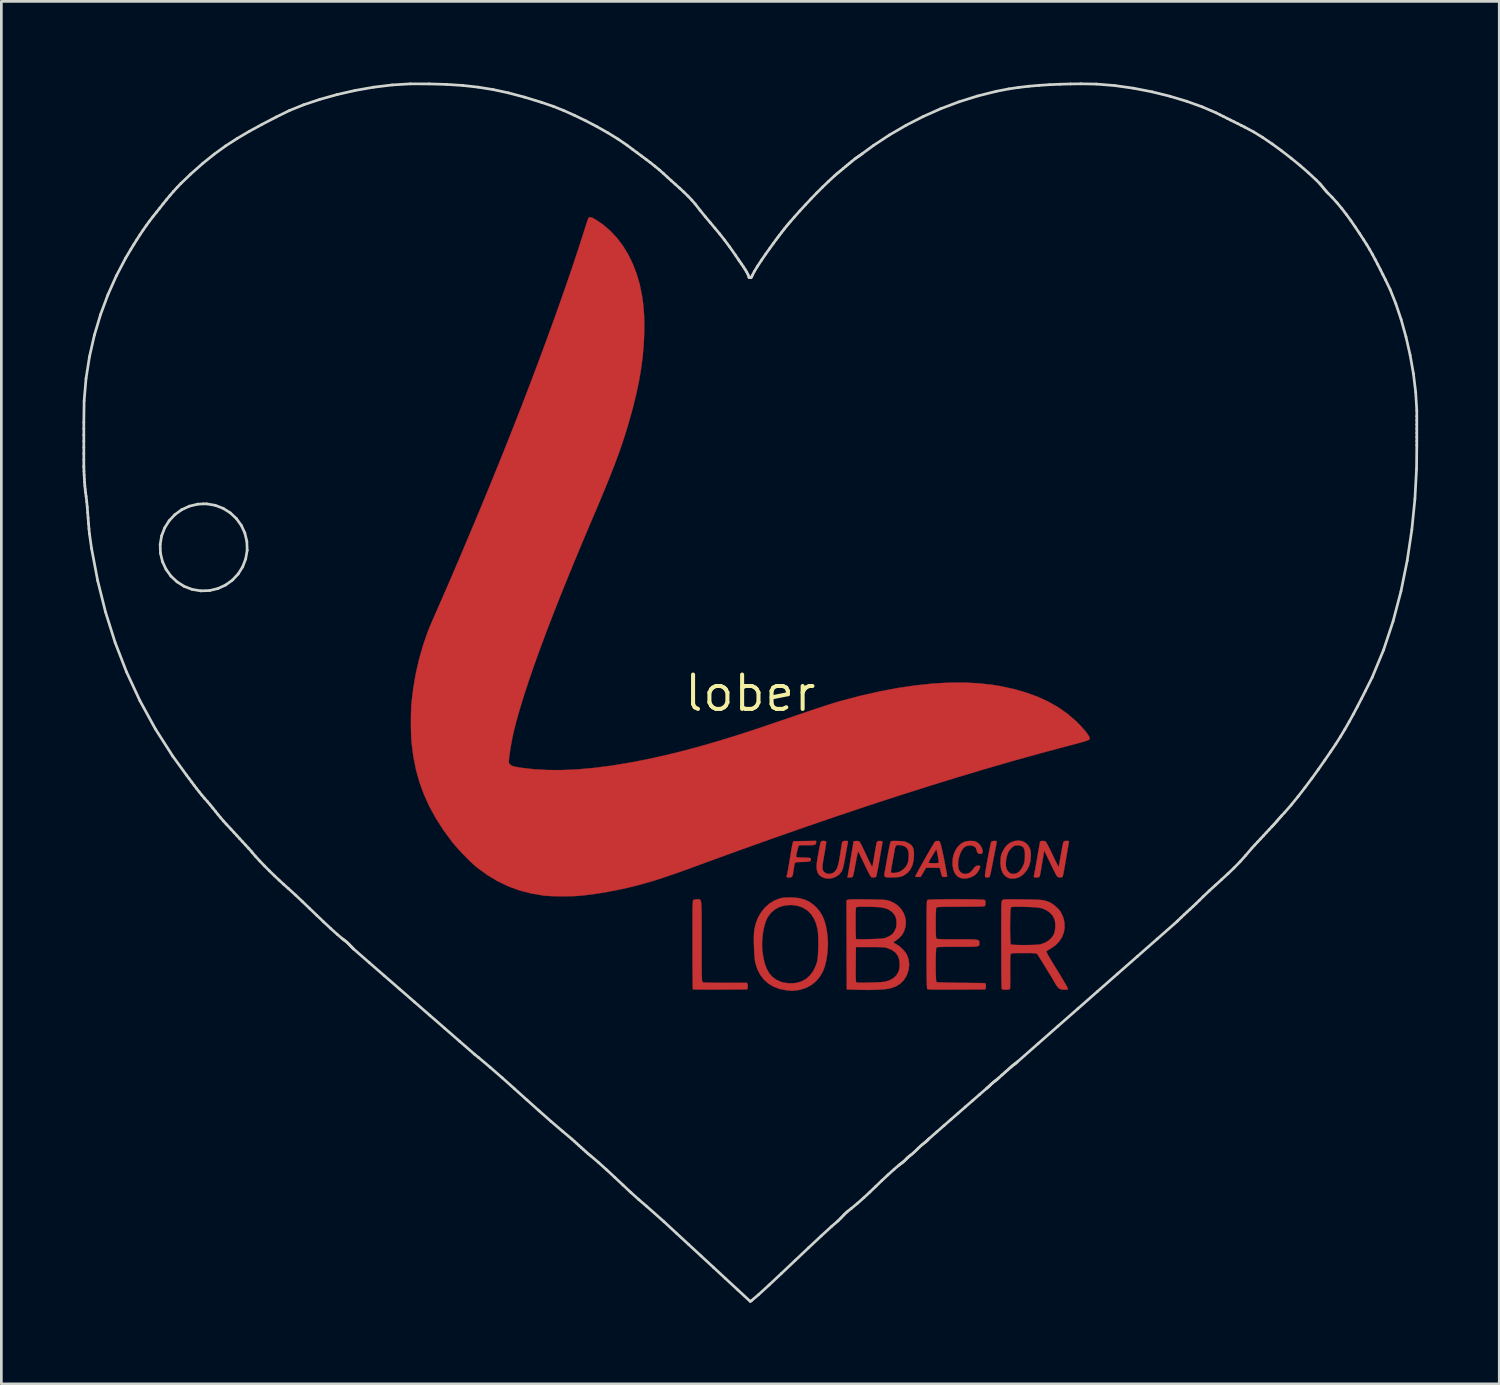
<source format=kicad_pcb>
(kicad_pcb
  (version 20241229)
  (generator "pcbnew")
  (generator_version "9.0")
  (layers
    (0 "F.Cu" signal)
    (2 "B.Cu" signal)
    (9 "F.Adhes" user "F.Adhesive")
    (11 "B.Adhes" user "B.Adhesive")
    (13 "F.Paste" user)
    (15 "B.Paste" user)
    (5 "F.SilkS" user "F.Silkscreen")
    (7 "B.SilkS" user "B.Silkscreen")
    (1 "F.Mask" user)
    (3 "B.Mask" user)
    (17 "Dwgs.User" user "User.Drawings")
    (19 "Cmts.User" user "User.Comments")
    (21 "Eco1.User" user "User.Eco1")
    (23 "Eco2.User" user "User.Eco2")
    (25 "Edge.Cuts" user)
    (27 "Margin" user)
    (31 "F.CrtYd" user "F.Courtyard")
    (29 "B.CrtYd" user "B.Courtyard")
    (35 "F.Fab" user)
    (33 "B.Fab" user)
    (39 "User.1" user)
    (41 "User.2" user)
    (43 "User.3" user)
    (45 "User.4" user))
  (footprint "lober"
    (layer "F.Cu")
    (at 24.698 22.587)
    (property "Reference" "lober" (at 0 0 0) (layer "F.SilkS") (effects (font (size 1.27 1.27) (thickness 0.15))))
    (attr through_hole)
    (fp_poly (pts (xy 9.099 5.47) (xy 9.109 5.477) (xy 9.11 5.504) (xy 9.102 5.562) (xy 9.088 5.641) (xy 9.078 5.694) (xy 9.061 5.778) (xy 9.038 5.894) (xy 9.012 6.031) (xy 8.983 6.178) (xy 8.955 6.326) (xy 8.953 6.338) (xy 8.926 6.473) (xy 8.901 6.592) (xy 8.878 6.689) (xy 8.859 6.759) (xy 8.845 6.795) (xy 8.843 6.798) (xy 8.801 6.811) (xy 8.747 6.815) (xy 8.702 6.808) (xy 8.692 6.802) (xy 8.682 6.772) (xy 8.679 6.733) (xy 8.683 6.689) (xy 8.693 6.613) (xy 8.71 6.511) (xy 8.731 6.389) (xy 8.755 6.255) (xy 8.781 6.114) (xy 8.807 5.974) (xy 8.834 5.84) (xy 8.858 5.719) (xy 8.88 5.617) (xy 8.897 5.542) (xy 8.909 5.498) (xy 8.912 5.491) (xy 8.946 5.473) (xy 9 5.463) (xy 9.057 5.461) (xy 9.099 5.47)) (stroke (width 0.01) (type solid)) (fill yes) (layer "F.Cu"))
    (fp_poly (pts (xy 8.299 5.474) (xy 8.333 5.484) (xy 8.422 5.536) (xy 8.501 5.618) (xy 8.56 5.715) (xy 8.591 5.816) (xy 8.594 5.851) (xy 8.588 5.904) (xy 8.566 5.93) (xy 8.539 5.94) (xy 8.464 5.942) (xy 8.409 5.908) (xy 8.377 5.839) (xy 8.374 5.821) (xy 8.344 5.728) (xy 8.286 5.667) (xy 8.2 5.635) (xy 8.134 5.63) (xy 8.02 5.642) (xy 7.931 5.682) (xy 7.857 5.756) (xy 7.83 5.796) (xy 7.767 5.919) (xy 7.72 6.059) (xy 7.691 6.205) (xy 7.682 6.345) (xy 7.695 6.468) (xy 7.714 6.53) (xy 7.768 6.611) (xy 7.844 6.662) (xy 7.933 6.684) (xy 8.026 6.676) (xy 8.116 6.637) (xy 8.192 6.568) (xy 8.205 6.55) (xy 8.28 6.453) (xy 8.347 6.395) (xy 8.411 6.372) (xy 8.423 6.371) (xy 8.474 6.38) (xy 8.501 6.401) (xy 8.498 6.441) (xy 8.474 6.502) (xy 8.435 6.575) (xy 8.385 6.647) (xy 8.37 6.666) (xy 8.278 6.746) (xy 8.16 6.806) (xy 8.029 6.843) (xy 7.896 6.853) (xy 7.776 6.834) (xy 7.761 6.828) (xy 7.653 6.767) (xy 7.571 6.671) (xy 7.514 6.542) (xy 7.482 6.379) (xy 7.478 6.33) (xy 7.482 6.146) (xy 7.518 5.972) (xy 7.583 5.814) (xy 7.673 5.678) (xy 7.787 5.569) (xy 7.895 5.505) (xy 7.983 5.478) (xy 8.091 5.463) (xy 8.203 5.462) (xy 8.299 5.474)) (stroke (width 0.01) (type solid)) (fill yes) (layer "F.Cu"))
    (fp_poly (pts (xy 10.049 5.469) (xy 10.164 5.521) (xy 10.257 5.605) (xy 10.275 5.629) (xy 10.325 5.711) (xy 10.356 5.79) (xy 10.372 5.881) (xy 10.376 5.999) (xy 10.376 6.003) (xy 10.359 6.213) (xy 10.307 6.397) (xy 10.221 6.557) (xy 10.109 6.685) (xy 10.009 6.766) (xy 9.916 6.817) (xy 9.813 6.844) (xy 9.737 6.852) (xy 9.652 6.855) (xy 9.589 6.847) (xy 9.53 6.824) (xy 9.504 6.811) (xy 9.4 6.733) (xy 9.323 6.625) (xy 9.275 6.487) (xy 9.253 6.317) (xy 9.253 6.283) (xy 9.449 6.283) (xy 9.453 6.392) (xy 9.484 6.511) (xy 9.541 6.602) (xy 9.618 6.661) (xy 9.71 6.686) (xy 9.814 6.672) (xy 9.848 6.66) (xy 9.941 6.599) (xy 10.023 6.502) (xy 10.088 6.382) (xy 10.118 6.31) (xy 10.137 6.239) (xy 10.149 6.155) (xy 10.156 6.042) (xy 10.155 5.895) (xy 10.138 5.784) (xy 10.099 5.705) (xy 10.037 5.655) (xy 9.949 5.63) (xy 9.831 5.626) (xy 9.816 5.627) (xy 9.756 5.647) (xy 9.687 5.696) (xy 9.619 5.765) (xy 9.56 5.843) (xy 9.528 5.902) (xy 9.49 6.018) (xy 9.462 6.151) (xy 9.449 6.283) (xy 9.253 6.283) (xy 9.254 6.191) (xy 9.26 6.088) (xy 9.272 6.01) (xy 9.293 5.942) (xy 9.326 5.868) (xy 9.329 5.861) (xy 9.404 5.728) (xy 9.482 5.628) (xy 9.571 5.553) (xy 9.645 5.511) (xy 9.783 5.463) (xy 9.92 5.449) (xy 10.049 5.469)) (stroke (width 0.01) (type solid)) (fill yes) (layer "F.Cu"))
    (fp_poly (pts (xy 2.434 5.525) (xy 2.43 5.561) (xy 2.414 5.587) (xy 2.38 5.605) (xy 2.322 5.615) (xy 2.235 5.62) (xy 2.113 5.62) (xy 2.079 5.62) (xy 1.977 5.62) (xy 1.89 5.622) (xy 1.827 5.626) (xy 1.797 5.632) (xy 1.797 5.632) (xy 1.784 5.656) (xy 1.767 5.711) (xy 1.746 5.785) (xy 1.726 5.868) (xy 1.709 5.948) (xy 1.698 6.014) (xy 1.694 6.048) (xy 1.707 6.06) (xy 1.75 6.068) (xy 1.827 6.075) (xy 1.942 6.079) (xy 1.963 6.079) (xy 2.075 6.082) (xy 2.15 6.086) (xy 2.198 6.092) (xy 2.224 6.101) (xy 2.235 6.114) (xy 2.238 6.128) (xy 2.24 6.168) (xy 2.228 6.197) (xy 2.198 6.216) (xy 2.143 6.228) (xy 2.058 6.236) (xy 1.937 6.24) (xy 1.927 6.241) (xy 1.814 6.243) (xy 1.736 6.246) (xy 1.685 6.256) (xy 1.654 6.278) (xy 1.636 6.319) (xy 1.624 6.384) (xy 1.611 6.478) (xy 1.609 6.488) (xy 1.596 6.572) (xy 1.584 6.648) (xy 1.576 6.697) (xy 1.561 6.752) (xy 1.542 6.787) (xy 1.508 6.805) (xy 1.453 6.814) (xy 1.395 6.814) (xy 1.353 6.803) (xy 1.344 6.795) (xy 1.343 6.761) (xy 1.352 6.736) (xy 1.361 6.706) (xy 1.375 6.639) (xy 1.393 6.543) (xy 1.414 6.422) (xy 1.437 6.284) (xy 1.461 6.138) (xy 1.486 5.986) (xy 1.509 5.846) (xy 1.531 5.724) (xy 1.55 5.625) (xy 1.565 5.556) (xy 1.574 5.524) (xy 1.599 5.472) (xy 2.016 5.466) (xy 2.434 5.46) (xy 2.434 5.525)) (stroke (width 0.01) (type solid)) (fill yes) (layer "F.Cu"))
    (fp_poly (pts (xy 3.583 5.463) (xy 3.608 5.473) (xy 3.611 5.498) (xy 3.607 5.519) (xy 3.6 5.557) (xy 3.587 5.629) (xy 3.569 5.729) (xy 3.548 5.85) (xy 3.524 5.984) (xy 3.515 6.038) (xy 3.485 6.2) (xy 3.46 6.327) (xy 3.438 6.424) (xy 3.418 6.497) (xy 3.398 6.551) (xy 3.377 6.594) (xy 3.376 6.595) (xy 3.293 6.698) (xy 3.182 6.778) (xy 3.053 6.832) (xy 2.917 6.856) (xy 2.783 6.846) (xy 2.752 6.838) (xy 2.629 6.786) (xy 2.539 6.712) (xy 2.481 6.614) (xy 2.453 6.489) (xy 2.454 6.335) (xy 2.458 6.295) (xy 2.47 6.21) (xy 2.487 6.104) (xy 2.507 5.986) (xy 2.529 5.864) (xy 2.551 5.747) (xy 2.571 5.644) (xy 2.589 5.564) (xy 2.602 5.515) (xy 2.604 5.509) (xy 2.626 5.477) (xy 2.667 5.463) (xy 2.71 5.461) (xy 2.774 5.468) (xy 2.806 5.488) (xy 2.807 5.49) (xy 2.806 5.519) (xy 2.799 5.583) (xy 2.786 5.675) (xy 2.768 5.787) (xy 2.746 5.914) (xy 2.742 5.932) (xy 2.711 6.105) (xy 2.689 6.242) (xy 2.675 6.348) (xy 2.669 6.429) (xy 2.672 6.49) (xy 2.682 6.536) (xy 2.701 6.574) (xy 2.726 6.606) (xy 2.803 6.662) (xy 2.896 6.685) (xy 2.995 6.673) (xy 3.048 6.651) (xy 3.112 6.608) (xy 3.162 6.555) (xy 3.203 6.483) (xy 3.238 6.388) (xy 3.269 6.261) (xy 3.291 6.149) (xy 3.313 6.024) (xy 3.334 5.897) (xy 3.352 5.782) (xy 3.364 5.693) (xy 3.365 5.686) (xy 3.378 5.603) (xy 3.393 5.535) (xy 3.408 5.494) (xy 3.41 5.49) (xy 3.446 5.471) (xy 3.506 5.462) (xy 3.526 5.461) (xy 3.583 5.463)) (stroke (width 0.01) (type solid)) (fill yes) (layer "F.Cu"))
    (fp_poly (pts (xy 6.962 5.462) (xy 6.984 5.469) (xy 7.003 5.486) (xy 7.02 5.52) (xy 7.038 5.575) (xy 7.06 5.656) (xy 7.086 5.769) (xy 7.112 5.884) (xy 7.133 5.979) (xy 7.157 6.093) (xy 7.182 6.218) (xy 7.207 6.347) (xy 7.23 6.472) (xy 7.251 6.585) (xy 7.267 6.679) (xy 7.278 6.746) (xy 7.281 6.778) (xy 7.262 6.788) (xy 7.215 6.794) (xy 7.187 6.795) (xy 7.148 6.795) (xy 7.121 6.793) (xy 7.101 6.782) (xy 7.085 6.754) (xy 7.069 6.704) (xy 7.048 6.626) (xy 7.025 6.535) (xy 7.005 6.456) (xy 6.5 6.456) (xy 6.399 6.625) (xy 6.298 6.795) (xy 6.195 6.795) (xy 6.13 6.791) (xy 6.102 6.779) (xy 6.102 6.768) (xy 6.119 6.732) (xy 6.154 6.666) (xy 6.203 6.577) (xy 6.263 6.468) (xy 6.332 6.345) (xy 6.375 6.269) (xy 6.586 6.269) (xy 6.602 6.276) (xy 6.649 6.282) (xy 6.716 6.285) (xy 6.792 6.286) (xy 6.866 6.285) (xy 6.927 6.281) (xy 6.964 6.274) (xy 6.97 6.271) (xy 6.97 6.244) (xy 6.963 6.187) (xy 6.952 6.111) (xy 6.937 6.024) (xy 6.92 5.938) (xy 6.904 5.862) (xy 6.89 5.806) (xy 6.881 5.779) (xy 6.879 5.779) (xy 6.865 5.796) (xy 6.835 5.841) (xy 6.794 5.907) (xy 6.747 5.985) (xy 6.698 6.068) (xy 6.652 6.146) (xy 6.615 6.212) (xy 6.591 6.258) (xy 6.586 6.269) (xy 6.375 6.269) (xy 6.406 6.214) (xy 6.482 6.079) (xy 6.558 5.946) (xy 6.63 5.821) (xy 6.696 5.708) (xy 6.752 5.614) (xy 6.795 5.542) (xy 6.823 5.498) (xy 6.831 5.487) (xy 6.877 5.469) (xy 6.934 5.461) (xy 6.962 5.462)) (stroke (width 0.01) (type solid)) (fill yes) (layer "F.Cu"))
    (fp_poly (pts (xy -1.882 7.621) (xy -1.863 7.628) (xy -1.847 7.645) (xy -1.834 7.673) (xy -1.823 7.715) (xy -1.815 7.775) (xy -1.809 7.854) (xy -1.804 7.956) (xy -1.802 8.083) (xy -1.8 8.239) (xy -1.799 8.426) (xy -1.799 8.647) (xy -1.799 8.906) (xy -1.799 9.182) (xy -1.799 9.468) (xy -1.799 9.716) (xy -1.799 9.926) (xy -1.798 10.104) (xy -1.797 10.25) (xy -1.796 10.37) (xy -1.794 10.464) (xy -1.791 10.538) (xy -1.788 10.592) (xy -1.784 10.631) (xy -1.779 10.657) (xy -1.774 10.673) (xy -1.767 10.682) (xy -1.759 10.688) (xy -1.758 10.688) (xy -1.725 10.695) (xy -1.651 10.7) (xy -1.538 10.704) (xy -1.388 10.707) (xy -1.203 10.709) (xy -0.984 10.71) (xy -0.922 10.71) (xy -0.126 10.71) (xy -0.102 10.763) (xy -0.09 10.839) (xy -0.098 10.885) (xy -0.118 10.954) (xy -1.114 10.959) (xy -1.315 10.96) (xy -1.503 10.96) (xy -1.674 10.96) (xy -1.824 10.959) (xy -1.948 10.957) (xy -2.042 10.955) (xy -2.102 10.953) (xy -2.124 10.95) (xy -2.126 10.927) (xy -2.128 10.865) (xy -2.13 10.768) (xy -2.132 10.637) (xy -2.133 10.478) (xy -2.135 10.292) (xy -2.136 10.083) (xy -2.137 9.856) (xy -2.138 9.611) (xy -2.138 9.354) (xy -2.138 9.3) (xy -2.138 8.998) (xy -2.138 8.736) (xy -2.137 8.51) (xy -2.137 8.319) (xy -2.136 8.158) (xy -2.135 8.026) (xy -2.133 7.919) (xy -2.131 7.834) (xy -2.128 7.77) (xy -2.125 7.722) (xy -2.121 7.689) (xy -2.116 7.667) (xy -2.11 7.654) (xy -2.103 7.646) (xy -2.097 7.642) (xy -2.05 7.628) (xy -1.984 7.621) (xy -1.963 7.62) (xy -1.932 7.619) (xy -1.905 7.618) (xy -1.882 7.621)) (stroke (width 0.01) (type solid)) (fill yes) (layer "F.Cu"))
    (fp_poly (pts (xy 5.425 5.464) (xy 5.462 5.465) (xy 5.573 5.47) (xy 5.654 5.477) (xy 5.715 5.488) (xy 5.769 5.506) (xy 5.827 5.533) (xy 5.833 5.536) (xy 5.923 5.591) (xy 5.986 5.654) (xy 6.026 5.735) (xy 6.047 5.84) (xy 6.053 5.978) (xy 6.038 6.189) (xy 5.994 6.37) (xy 5.919 6.521) (xy 5.815 6.644) (xy 5.68 6.737) (xy 5.641 6.756) (xy 5.584 6.778) (xy 5.523 6.793) (xy 5.447 6.803) (xy 5.345 6.809) (xy 5.281 6.811) (xy 5.164 6.813) (xy 5.083 6.812) (xy 5.028 6.805) (xy 4.994 6.794) (xy 4.986 6.788) (xy 4.967 6.772) (xy 4.957 6.753) (xy 4.956 6.72) (xy 4.962 6.666) (xy 4.969 6.629) (xy 5.199 6.629) (xy 5.23 6.644) (xy 5.29 6.648) (xy 5.366 6.642) (xy 5.447 6.626) (xy 5.521 6.603) (xy 5.535 6.597) (xy 5.647 6.525) (xy 5.744 6.427) (xy 5.813 6.316) (xy 5.815 6.309) (xy 5.832 6.251) (xy 5.847 6.167) (xy 5.857 6.075) (xy 5.858 6.063) (xy 5.857 5.916) (xy 5.833 5.802) (xy 5.782 5.718) (xy 5.703 5.66) (xy 5.593 5.625) (xy 5.552 5.619) (xy 5.461 5.613) (xy 5.401 5.63) (xy 5.365 5.674) (xy 5.346 5.749) (xy 5.345 5.751) (xy 5.337 5.805) (xy 5.321 5.892) (xy 5.302 6.002) (xy 5.279 6.126) (xy 5.259 6.232) (xy 5.237 6.354) (xy 5.219 6.461) (xy 5.206 6.547) (xy 5.199 6.606) (xy 5.199 6.629) (xy 4.969 6.629) (xy 4.977 6.582) (xy 4.981 6.559) (xy 4.997 6.474) (xy 5.018 6.358) (xy 5.042 6.222) (xy 5.068 6.076) (xy 5.093 5.937) (xy 5.117 5.807) (xy 5.14 5.69) (xy 5.161 5.594) (xy 5.179 5.524) (xy 5.191 5.488) (xy 5.192 5.485) (xy 5.213 5.472) (xy 5.255 5.465) (xy 5.323 5.462) (xy 5.425 5.464)) (stroke (width 0.01) (type solid)) (fill yes) (layer "F.Cu"))
    (fp_poly (pts (xy 4.863 5.472) (xy 4.891 5.49) (xy 4.892 5.503) (xy 4.887 5.532) (xy 4.875 5.596) (xy 4.858 5.691) (xy 4.837 5.812) (xy 4.813 5.952) (xy 4.786 6.106) (xy 4.779 6.149) (xy 4.751 6.306) (xy 4.725 6.45) (xy 4.701 6.575) (xy 4.68 6.676) (xy 4.664 6.749) (xy 4.653 6.786) (xy 4.652 6.789) (xy 4.613 6.809) (xy 4.554 6.815) (xy 4.493 6.806) (xy 4.469 6.796) (xy 4.45 6.772) (xy 4.416 6.715) (xy 4.371 6.63) (xy 4.317 6.524) (xy 4.257 6.401) (xy 4.213 6.309) (xy 4.152 6.18) (xy 4.097 6.065) (xy 4.051 5.97) (xy 4.015 5.899) (xy 3.993 5.857) (xy 3.987 5.848) (xy 3.979 5.873) (xy 3.964 5.934) (xy 3.945 6.024) (xy 3.922 6.139) (xy 3.897 6.271) (xy 3.871 6.415) (xy 3.862 6.464) (xy 3.842 6.572) (xy 3.822 6.667) (xy 3.804 6.739) (xy 3.79 6.781) (xy 3.787 6.787) (xy 3.751 6.805) (xy 3.694 6.815) (xy 3.678 6.816) (xy 3.593 6.816) (xy 3.607 6.736) (xy 3.614 6.695) (xy 3.628 6.618) (xy 3.646 6.512) (xy 3.668 6.383) (xy 3.693 6.237) (xy 3.719 6.08) (xy 3.722 6.064) (xy 3.822 5.472) (xy 3.918 5.465) (xy 3.989 5.467) (xy 4.034 5.485) (xy 4.047 5.497) (xy 4.065 5.527) (xy 4.097 5.589) (xy 4.142 5.677) (xy 4.195 5.787) (xy 4.254 5.911) (xy 4.288 5.985) (xy 4.347 6.111) (xy 4.401 6.222) (xy 4.447 6.313) (xy 4.482 6.378) (xy 4.504 6.414) (xy 4.51 6.419) (xy 4.517 6.394) (xy 4.53 6.334) (xy 4.547 6.245) (xy 4.566 6.133) (xy 4.587 6.005) (xy 4.593 5.969) (xy 4.615 5.836) (xy 4.636 5.716) (xy 4.654 5.616) (xy 4.67 5.542) (xy 4.68 5.501) (xy 4.682 5.497) (xy 4.711 5.475) (xy 4.76 5.464) (xy 4.815 5.463) (xy 4.863 5.472)) (stroke (width 0.01) (type solid)) (fill yes) (layer "F.Cu"))
    (fp_poly (pts (xy 11.756 5.463) (xy 11.782 5.472) (xy 11.786 5.493) (xy 11.783 5.509) (xy 11.777 5.541) (xy 11.764 5.61) (xy 11.747 5.709) (xy 11.726 5.832) (xy 11.702 5.973) (xy 11.676 6.126) (xy 11.674 6.138) (xy 11.648 6.292) (xy 11.623 6.435) (xy 11.6 6.559) (xy 11.581 6.66) (xy 11.566 6.731) (xy 11.557 6.767) (xy 11.557 6.768) (xy 11.531 6.802) (xy 11.484 6.815) (xy 11.461 6.816) (xy 11.385 6.801) (xy 11.343 6.768) (xy 11.321 6.734) (xy 11.285 6.669) (xy 11.239 6.579) (xy 11.185 6.472) (xy 11.128 6.354) (xy 11.126 6.35) (xy 11.069 6.229) (xy 11.015 6.116) (xy 10.967 6.018) (xy 10.931 5.943) (xy 10.909 5.9) (xy 10.868 5.82) (xy 10.798 6.249) (xy 10.776 6.384) (xy 10.755 6.508) (xy 10.735 6.614) (xy 10.72 6.695) (xy 10.709 6.743) (xy 10.707 6.747) (xy 10.69 6.79) (xy 10.665 6.81) (xy 10.616 6.815) (xy 10.594 6.816) (xy 10.534 6.811) (xy 10.495 6.8) (xy 10.488 6.795) (xy 10.485 6.759) (xy 10.488 6.752) (xy 10.495 6.727) (xy 10.508 6.665) (xy 10.525 6.572) (xy 10.547 6.453) (xy 10.571 6.315) (xy 10.598 6.161) (xy 10.605 6.116) (xy 10.632 5.959) (xy 10.657 5.816) (xy 10.68 5.691) (xy 10.698 5.591) (xy 10.712 5.52) (xy 10.721 5.484) (xy 10.722 5.481) (xy 10.751 5.467) (xy 10.804 5.462) (xy 10.864 5.465) (xy 10.913 5.478) (xy 10.919 5.48) (xy 10.937 5.504) (xy 10.971 5.561) (xy 11.016 5.645) (xy 11.07 5.752) (xy 11.13 5.874) (xy 11.175 5.967) (xy 11.236 6.096) (xy 11.291 6.211) (xy 11.338 6.306) (xy 11.373 6.377) (xy 11.396 6.419) (xy 11.402 6.427) (xy 11.408 6.405) (xy 11.419 6.347) (xy 11.436 6.261) (xy 11.455 6.151) (xy 11.477 6.025) (xy 11.484 5.988) (xy 11.507 5.855) (xy 11.529 5.734) (xy 11.549 5.632) (xy 11.566 5.556) (xy 11.577 5.513) (xy 11.578 5.509) (xy 11.598 5.478) (xy 11.634 5.464) (xy 11.696 5.461) (xy 11.756 5.463)) (stroke (width 0.01) (type solid)) (fill yes) (layer "F.Cu"))
    (fp_poly (pts (xy 1.531 7.553) (xy 1.676 7.562) (xy 1.805 7.579) (xy 1.836 7.585) (xy 2.026 7.639) (xy 2.192 7.719) (xy 2.345 7.83) (xy 2.435 7.914) (xy 2.552 8.049) (xy 2.648 8.197) (xy 2.725 8.364) (xy 2.784 8.556) (xy 2.829 8.778) (xy 2.857 8.994) (xy 2.87 9.209) (xy 2.865 9.436) (xy 2.844 9.664) (xy 2.809 9.884) (xy 2.76 10.085) (xy 2.699 10.257) (xy 2.682 10.294) (xy 2.565 10.493) (xy 2.419 10.662) (xy 2.247 10.799) (xy 2.052 10.901) (xy 1.835 10.968) (xy 1.729 10.986) (xy 1.639 10.996) (xy 1.569 11.002) (xy 1.503 11.001) (xy 1.425 10.995) (xy 1.329 10.985) (xy 1.086 10.937) (xy 0.867 10.856) (xy 0.674 10.742) (xy 0.508 10.596) (xy 0.371 10.42) (xy 0.264 10.215) (xy 0.189 9.981) (xy 0.184 9.959) (xy 0.169 9.871) (xy 0.157 9.75) (xy 0.146 9.604) (xy 0.139 9.445) (xy 0.134 9.28) (xy 0.133 9.246) (xy 0.435 9.246) (xy 0.438 9.438) (xy 0.444 9.504) (xy 0.482 9.773) (xy 0.537 10.005) (xy 0.612 10.201) (xy 0.707 10.364) (xy 0.823 10.495) (xy 0.961 10.597) (xy 1.124 10.67) (xy 1.223 10.699) (xy 1.394 10.725) (xy 1.576 10.727) (xy 1.717 10.71) (xy 1.899 10.656) (xy 2.063 10.564) (xy 2.204 10.438) (xy 2.324 10.278) (xy 2.418 10.087) (xy 2.468 9.938) (xy 2.485 9.853) (xy 2.498 9.734) (xy 2.508 9.592) (xy 2.514 9.434) (xy 2.517 9.269) (xy 2.515 9.107) (xy 2.51 8.956) (xy 2.5 8.825) (xy 2.489 8.742) (xy 2.433 8.517) (xy 2.349 8.323) (xy 2.237 8.158) (xy 2.099 8.026) (xy 1.937 7.927) (xy 1.752 7.862) (xy 1.545 7.833) (xy 1.482 7.832) (xy 1.273 7.85) (xy 1.083 7.904) (xy 0.915 7.992) (xy 0.772 8.112) (xy 0.656 8.263) (xy 0.62 8.327) (xy 0.561 8.47) (xy 0.512 8.643) (xy 0.473 8.838) (xy 0.447 9.042) (xy 0.435 9.246) (xy 0.133 9.246) (xy 0.132 9.119) (xy 0.134 8.971) (xy 0.139 8.846) (xy 0.148 8.752) (xy 0.148 8.751) (xy 0.203 8.513) (xy 0.289 8.293) (xy 0.405 8.094) (xy 0.546 7.921) (xy 0.711 7.776) (xy 0.896 7.664) (xy 1.098 7.588) (xy 1.143 7.576) (xy 1.25 7.56) (xy 1.384 7.553) (xy 1.531 7.553)) (stroke (width 0.01) (type solid)) (fill yes) (layer "F.Cu"))
    (fp_poly (pts (xy 7.874 7.62) (xy 8.102 7.622) (xy 8.292 7.624) (xy 8.444 7.627) (xy 8.556 7.631) (xy 8.628 7.636) (xy 8.659 7.642) (xy 8.687 7.671) (xy 8.699 7.723) (xy 8.7 7.754) (xy 8.694 7.816) (xy 8.68 7.862) (xy 8.674 7.87) (xy 8.656 7.877) (xy 8.614 7.882) (xy 8.545 7.887) (xy 8.447 7.89) (xy 8.317 7.892) (xy 8.152 7.894) (xy 7.949 7.895) (xy 7.779 7.895) (xy 7.547 7.896) (xy 7.356 7.897) (xy 7.201 7.898) (xy 7.08 7.901) (xy 6.99 7.905) (xy 6.93 7.91) (xy 6.894 7.916) (xy 6.883 7.921) (xy 6.875 7.943) (xy 6.868 7.992) (xy 6.864 8.072) (xy 6.86 8.185) (xy 6.858 8.335) (xy 6.858 8.498) (xy 6.859 8.683) (xy 6.861 8.828) (xy 6.864 8.937) (xy 6.869 9.013) (xy 6.876 9.058) (xy 6.883 9.076) (xy 6.903 9.084) (xy 6.947 9.089) (xy 7.019 9.094) (xy 7.122 9.098) (xy 7.258 9.1) (xy 7.43 9.101) (xy 7.642 9.102) (xy 7.652 9.102) (xy 7.859 9.102) (xy 8.028 9.102) (xy 8.163 9.104) (xy 8.267 9.108) (xy 8.344 9.114) (xy 8.399 9.124) (xy 8.435 9.137) (xy 8.457 9.154) (xy 8.468 9.176) (xy 8.472 9.205) (xy 8.473 9.233) (xy 8.474 9.27) (xy 8.472 9.3) (xy 8.464 9.323) (xy 8.445 9.341) (xy 8.411 9.355) (xy 8.359 9.365) (xy 8.285 9.371) (xy 8.184 9.375) (xy 8.053 9.376) (xy 7.888 9.377) (xy 7.685 9.377) (xy 7.664 9.377) (xy 7.449 9.377) (xy 7.273 9.379) (xy 7.134 9.381) (xy 7.028 9.384) (xy 6.953 9.389) (xy 6.906 9.394) (xy 6.884 9.401) (xy 6.883 9.402) (xy 6.875 9.431) (xy 6.869 9.494) (xy 6.864 9.587) (xy 6.86 9.702) (xy 6.857 9.834) (xy 6.856 9.974) (xy 6.856 10.118) (xy 6.858 10.258) (xy 6.86 10.389) (xy 6.864 10.503) (xy 6.87 10.594) (xy 6.876 10.656) (xy 6.884 10.683) (xy 6.884 10.683) (xy 6.911 10.687) (xy 6.975 10.691) (xy 7.072 10.695) (xy 7.198 10.699) (xy 7.348 10.703) (xy 7.518 10.706) (xy 7.702 10.709) (xy 7.799 10.71) (xy 8.688 10.721) (xy 8.708 10.779) (xy 8.716 10.863) (xy 8.708 10.896) (xy 8.688 10.954) (xy 7.629 10.959) (xy 7.375 10.96) (xy 7.161 10.961) (xy 6.984 10.96) (xy 6.841 10.959) (xy 6.729 10.957) (xy 6.646 10.953) (xy 6.59 10.949) (xy 6.556 10.944) (xy 6.545 10.939) (xy 6.54 10.924) (xy 6.536 10.889) (xy 6.532 10.831) (xy 6.529 10.748) (xy 6.526 10.638) (xy 6.524 10.499) (xy 6.522 10.329) (xy 6.521 10.125) (xy 6.52 9.885) (xy 6.519 9.607) (xy 6.519 9.289) (xy 6.519 9.289) (xy 6.519 8.988) (xy 6.519 8.727) (xy 6.52 8.502) (xy 6.52 8.312) (xy 6.521 8.152) (xy 6.522 8.021) (xy 6.524 7.915) (xy 6.526 7.831) (xy 6.529 7.767) (xy 6.532 7.721) (xy 6.537 7.688) (xy 6.542 7.666) (xy 6.547 7.653) (xy 6.554 7.646) (xy 6.56 7.642) (xy 6.593 7.636) (xy 6.667 7.631) (xy 6.781 7.627) (xy 6.934 7.624) (xy 7.126 7.622) (xy 7.356 7.62) (xy 7.609 7.62) (xy 7.874 7.62)) (stroke (width 0.01) (type solid)) (fill yes) (layer "F.Cu"))
    (fp_poly (pts (xy 4.079 7.623) (xy 4.285 7.624) (xy 4.326 7.625) (xy 4.516 7.628) (xy 4.669 7.63) (xy 4.79 7.633) (xy 4.885 7.637) (xy 4.959 7.642) (xy 5.017 7.649) (xy 5.064 7.657) (xy 5.106 7.668) (xy 5.147 7.68) (xy 5.318 7.756) (xy 5.464 7.86) (xy 5.583 7.987) (xy 5.672 8.131) (xy 5.729 8.289) (xy 5.754 8.454) (xy 5.742 8.623) (xy 5.694 8.789) (xy 5.626 8.917) (xy 5.569 8.989) (xy 5.49 9.065) (xy 5.426 9.115) (xy 5.363 9.161) (xy 5.316 9.198) (xy 5.293 9.218) (xy 5.292 9.22) (xy 5.309 9.233) (xy 5.354 9.258) (xy 5.402 9.284) (xy 5.501 9.347) (xy 5.604 9.435) (xy 5.698 9.534) (xy 5.771 9.634) (xy 5.797 9.682) (xy 5.857 9.858) (xy 5.876 10.043) (xy 5.854 10.23) (xy 5.792 10.417) (xy 5.777 10.45) (xy 5.678 10.61) (xy 5.551 10.738) (xy 5.395 10.837) (xy 5.209 10.905) (xy 5.086 10.931) (xy 4.937 10.95) (xy 4.752 10.963) (xy 4.536 10.971) (xy 4.296 10.973) (xy 4.037 10.969) (xy 3.937 10.966) (xy 3.567 10.954) (xy 3.565 10.376) (xy 3.898 10.376) (xy 3.9 10.495) (xy 3.902 10.582) (xy 3.906 10.642) (xy 3.912 10.678) (xy 3.92 10.694) (xy 3.921 10.694) (xy 3.951 10.7) (xy 4.016 10.704) (xy 4.109 10.706) (xy 4.223 10.706) (xy 4.35 10.704) (xy 4.483 10.7) (xy 4.616 10.696) (xy 4.739 10.69) (xy 4.848 10.683) (xy 4.933 10.675) (xy 4.984 10.668) (xy 5.15 10.618) (xy 5.29 10.539) (xy 5.4 10.435) (xy 5.477 10.309) (xy 5.492 10.27) (xy 5.509 10.196) (xy 5.521 10.1) (xy 5.524 10.013) (xy 5.507 9.849) (xy 5.455 9.708) (xy 5.369 9.593) (xy 5.248 9.501) (xy 5.093 9.435) (xy 5.091 9.434) (xy 5.041 9.419) (xy 4.993 9.408) (xy 4.94 9.4) (xy 4.875 9.394) (xy 4.792 9.39) (xy 4.685 9.388) (xy 4.547 9.388) (xy 4.424 9.387) (xy 3.905 9.387) (xy 3.9 10.032) (xy 3.898 10.223) (xy 3.898 10.376) (xy 3.565 10.376) (xy 3.558 8.497) (xy 3.895 8.497) (xy 3.895 8.649) (xy 3.897 8.788) (xy 3.899 8.907) (xy 3.902 9) (xy 3.906 9.063) (xy 3.91 9.089) (xy 3.911 9.089) (xy 3.937 9.095) (xy 3.998 9.098) (xy 4.088 9.099) (xy 4.198 9.099) (xy 4.322 9.097) (xy 4.452 9.093) (xy 4.582 9.089) (xy 4.703 9.083) (xy 4.81 9.076) (xy 4.894 9.069) (xy 4.949 9.062) (xy 4.956 9.06) (xy 5.031 9.035) (xy 5.116 8.996) (xy 5.167 8.968) (xy 5.241 8.917) (xy 5.294 8.859) (xy 5.342 8.778) (xy 5.344 8.775) (xy 5.379 8.699) (xy 5.399 8.633) (xy 5.406 8.558) (xy 5.407 8.489) (xy 5.396 8.351) (xy 5.36 8.24) (xy 5.294 8.144) (xy 5.236 8.086) (xy 5.144 8.018) (xy 5.041 7.969) (xy 4.916 7.936) (xy 4.793 7.917) (xy 4.709 7.91) (xy 4.603 7.904) (xy 4.483 7.9) (xy 4.357 7.897) (xy 4.233 7.895) (xy 4.12 7.896) (xy 4.025 7.898) (xy 3.958 7.903) (xy 3.928 7.908) (xy 3.918 7.916) (xy 3.91 7.935) (xy 3.904 7.968) (xy 3.9 8.022) (xy 3.897 8.1) (xy 3.896 8.207) (xy 3.895 8.348) (xy 3.895 8.497) (xy 3.558 8.497) (xy 3.556 7.664) (xy 3.6 7.64) (xy 3.63 7.633) (xy 3.691 7.627) (xy 3.785 7.624) (xy 3.913 7.622) (xy 4.079 7.623)) (stroke (width 0.01) (type solid)) (fill yes) (layer "F.Cu"))
    (fp_poly (pts (xy 9.79 7.622) (xy 9.962 7.624) (xy 10.072 7.626) (xy 10.279 7.628) (xy 10.45 7.632) (xy 10.589 7.636) (xy 10.701 7.642) (xy 10.791 7.651) (xy 10.866 7.662) (xy 10.929 7.677) (xy 10.987 7.697) (xy 11.044 7.721) (xy 11.104 7.75) (xy 11.201 7.809) (xy 11.303 7.891) (xy 11.396 7.982) (xy 11.468 8.071) (xy 11.483 8.094) (xy 11.571 8.282) (xy 11.618 8.473) (xy 11.625 8.662) (xy 11.595 8.846) (xy 11.527 9.02) (xy 11.424 9.18) (xy 11.285 9.322) (xy 11.115 9.44) (xy 11.045 9.48) (xy 10.988 9.515) (xy 10.955 9.535) (xy 10.954 9.536) (xy 10.95 9.547) (xy 10.956 9.572) (xy 10.975 9.614) (xy 11.007 9.675) (xy 11.054 9.758) (xy 11.119 9.867) (xy 11.202 10.005) (xy 11.307 10.175) (xy 11.336 10.222) (xy 11.43 10.375) (xy 11.516 10.517) (xy 11.592 10.645) (xy 11.656 10.754) (xy 11.705 10.84) (xy 11.736 10.899) (xy 11.747 10.926) (xy 11.748 10.926) (xy 11.742 10.947) (xy 11.719 10.959) (xy 11.669 10.964) (xy 11.612 10.964) (xy 11.517 10.957) (xy 11.442 10.931) (xy 11.378 10.88) (xy 11.316 10.798) (xy 11.279 10.736) (xy 11.239 10.667) (xy 11.185 10.576) (xy 11.12 10.467) (xy 11.047 10.347) (xy 10.97 10.221) (xy 10.893 10.095) (xy 10.818 9.974) (xy 10.75 9.864) (xy 10.691 9.771) (xy 10.646 9.7) (xy 10.617 9.656) (xy 10.609 9.647) (xy 10.595 9.634) (xy 10.572 9.625) (xy 10.536 9.619) (xy 10.48 9.614) (xy 10.399 9.611) (xy 10.288 9.61) (xy 10.141 9.61) (xy 10.115 9.61) (xy 9.964 9.61) (xy 9.85 9.611) (xy 9.766 9.613) (xy 9.709 9.616) (xy 9.672 9.622) (xy 9.65 9.63) (xy 9.637 9.642) (xy 9.63 9.654) (xy 9.622 9.688) (xy 9.616 9.757) (xy 9.613 9.863) (xy 9.611 10.008) (xy 9.611 10.193) (xy 9.612 10.305) (xy 9.613 10.462) (xy 9.613 10.606) (xy 9.612 10.731) (xy 9.61 10.831) (xy 9.607 10.901) (xy 9.603 10.936) (xy 9.602 10.938) (xy 9.572 10.953) (xy 9.515 10.962) (xy 9.444 10.965) (xy 9.375 10.961) (xy 9.321 10.951) (xy 9.299 10.938) (xy 9.296 10.913) (xy 9.293 10.849) (xy 9.291 10.749) (xy 9.288 10.617) (xy 9.286 10.456) (xy 9.284 10.27) (xy 9.283 10.06) (xy 9.282 9.832) (xy 9.281 9.588) (xy 9.28 9.332) (xy 9.28 9.304) (xy 9.28 9.005) (xy 9.28 8.745) (xy 9.28 8.673) (xy 9.607 8.673) (xy 9.608 8.819) (xy 9.611 8.956) (xy 9.614 9.077) (xy 9.619 9.177) (xy 9.626 9.249) (xy 9.633 9.285) (xy 9.635 9.288) (xy 9.664 9.296) (xy 9.729 9.303) (xy 9.821 9.308) (xy 9.934 9.312) (xy 10.061 9.314) (xy 10.195 9.314) (xy 10.328 9.312) (xy 10.454 9.309) (xy 10.565 9.304) (xy 10.654 9.298) (xy 10.714 9.29) (xy 10.715 9.29) (xy 10.883 9.235) (xy 11.029 9.15) (xy 11.148 9.038) (xy 11.222 8.926) (xy 11.254 8.834) (xy 11.274 8.717) (xy 11.281 8.589) (xy 11.273 8.465) (xy 11.252 8.366) (xy 11.186 8.234) (xy 11.086 8.12) (xy 10.965 8.035) (xy 10.893 7.998) (xy 10.825 7.969) (xy 10.753 7.947) (xy 10.671 7.931) (xy 10.573 7.919) (xy 10.451 7.911) (xy 10.298 7.905) (xy 10.151 7.901) (xy 9.995 7.898) (xy 9.876 7.896) (xy 9.788 7.896) (xy 9.726 7.898) (xy 9.686 7.902) (xy 9.66 7.91) (xy 9.645 7.92) (xy 9.638 7.928) (xy 9.63 7.96) (xy 9.623 8.028) (xy 9.617 8.124) (xy 9.613 8.243) (xy 9.61 8.378) (xy 9.608 8.524) (xy 9.607 8.673) (xy 9.28 8.673) (xy 9.28 8.522) (xy 9.28 8.333) (xy 9.281 8.174) (xy 9.282 8.044) (xy 9.284 7.938) (xy 9.286 7.855) (xy 9.289 7.791) (xy 9.292 7.744) (xy 9.297 7.71) (xy 9.302 7.687) (xy 9.308 7.672) (xy 9.315 7.661) (xy 9.319 7.657) (xy 9.332 7.646) (xy 9.349 7.637) (xy 9.374 7.631) (xy 9.413 7.626) (xy 9.47 7.623) (xy 9.549 7.622) (xy 9.654 7.621) (xy 9.79 7.622)) (stroke (width 0.01) (type solid)) (fill yes) (layer "F.Cu"))
    (fp_poly (pts (xy -5.852 -17.587) (xy -5.762 -17.541) (xy -5.74 -17.528) (xy -5.45 -17.335) (xy -5.182 -17.106) (xy -4.936 -16.844) (xy -4.713 -16.551) (xy -4.516 -16.228) (xy -4.345 -15.878) (xy -4.201 -15.503) (xy -4.086 -15.105) (xy -4.001 -14.685) (xy -3.956 -14.35) (xy -3.929 -13.996) (xy -3.919 -13.615) (xy -3.923 -13.303) (xy -3.943 -12.863) (xy -3.983 -12.42) (xy -4.043 -11.97) (xy -4.123 -11.508) (xy -4.225 -11.029) (xy -4.35 -10.527) (xy -4.498 -9.997) (xy -4.543 -9.845) (xy -4.614 -9.616) (xy -4.686 -9.391) (xy -4.761 -9.165) (xy -4.842 -8.934) (xy -4.928 -8.696) (xy -5.022 -8.445) (xy -5.126 -8.179) (xy -5.24 -7.893) (xy -5.366 -7.584) (xy -5.505 -7.248) (xy -5.659 -6.881) (xy -5.83 -6.48) (xy -5.831 -6.477) (xy -6.173 -5.671) (xy -6.495 -4.898) (xy -6.797 -4.161) (xy -7.08 -3.458) (xy -7.342 -2.79) (xy -7.584 -2.158) (xy -7.805 -1.561) (xy -8.006 -1) (xy -8.187 -0.475) (xy -8.347 0.013) (xy -8.402 0.185) (xy -8.505 0.522) (xy -8.593 0.825) (xy -8.669 1.1) (xy -8.733 1.352) (xy -8.787 1.589) (xy -8.832 1.814) (xy -8.87 2.035) (xy -8.901 2.256) (xy -8.903 2.27) (xy -8.918 2.386) (xy -8.927 2.468) (xy -8.93 2.523) (xy -8.928 2.56) (xy -8.919 2.586) (xy -8.905 2.609) (xy -8.897 2.619) (xy -8.866 2.652) (xy -8.823 2.679) (xy -8.762 2.701) (xy -8.676 2.722) (xy -8.558 2.743) (xy -8.456 2.759) (xy -7.983 2.813) (xy -7.484 2.84) (xy -6.957 2.842) (xy -6.401 2.817) (xy -5.815 2.765) (xy -5.197 2.688) (xy -4.911 2.644) (xy -4.322 2.543) (xy -3.72 2.424) (xy -3.102 2.285) (xy -2.464 2.127) (xy -1.803 1.949) (xy -1.118 1.75) (xy -0.405 1.529) (xy 0.34 1.285) (xy 0.635 1.185) (xy 1.007 1.058) (xy 1.341 0.944) (xy 1.64 0.842) (xy 1.906 0.752) (xy 2.143 0.672) (xy 2.353 0.601) (xy 2.538 0.54) (xy 2.7 0.486) (xy 2.843 0.44) (xy 2.969 0.4) (xy 3.079 0.365) (xy 3.178 0.335) (xy 3.268 0.308) (xy 3.35 0.285) (xy 3.365 0.28) (xy 4.095 0.089) (xy 4.801 -0.07) (xy 5.483 -0.198) (xy 6.139 -0.294) (xy 6.77 -0.359) (xy 7.375 -0.392) (xy 7.954 -0.393) (xy 8.506 -0.362) (xy 9.03 -0.299) (xy 9.247 -0.263) (xy 9.742 -0.156) (xy 10.204 -0.024) (xy 10.632 0.132) (xy 11.029 0.315) (xy 11.394 0.523) (xy 11.728 0.758) (xy 12.032 1.019) (xy 12.171 1.157) (xy 12.299 1.296) (xy 12.404 1.418) (xy 12.482 1.522) (xy 12.532 1.603) (xy 12.552 1.66) (xy 12.552 1.665) (xy 12.551 1.684) (xy 12.544 1.7) (xy 12.529 1.716) (xy 12.501 1.733) (xy 12.458 1.751) (xy 12.394 1.773) (xy 12.307 1.799) (xy 12.193 1.831) (xy 12.047 1.87) (xy 11.867 1.918) (xy 11.714 1.958) (xy 10.738 2.219) (xy 9.741 2.496) (xy 8.721 2.791) (xy 7.678 3.103) (xy 6.609 3.433) (xy 5.514 3.781) (xy 4.391 4.147) (xy 3.238 4.533) (xy 2.055 4.939) (xy 0.84 5.364) (xy -0.408 5.81) (xy -1.691 6.277) (xy -2.064 6.414) (xy -2.492 6.57) (xy -2.886 6.708) (xy -3.246 6.83) (xy -3.576 6.936) (xy -3.619 6.949) (xy -4.015 7.064) (xy -4.43 7.17) (xy -4.855 7.265) (xy -5.28 7.348) (xy -5.695 7.416) (xy -6.089 7.468) (xy -6.339 7.493) (xy -6.489 7.502) (xy -6.664 7.508) (xy -6.854 7.511) (xy -7.049 7.51) (xy -7.239 7.507) (xy -7.413 7.5) (xy -7.562 7.491) (xy -7.641 7.483) (xy -8.093 7.408) (xy -8.527 7.295) (xy -8.942 7.144) (xy -9.342 6.953) (xy -9.725 6.724) (xy -10.094 6.455) (xy -10.108 6.444) (xy -10.223 6.346) (xy -10.356 6.222) (xy -10.5 6.08) (xy -10.647 5.929) (xy -10.789 5.777) (xy -10.918 5.631) (xy -11.027 5.499) (xy -11.041 5.481) (xy -11.359 5.048) (xy -11.635 4.615) (xy -11.873 4.18) (xy -12.073 3.738) (xy -12.237 3.286) (xy -12.366 2.821) (xy -12.462 2.338) (xy -12.526 1.834) (xy -12.53 1.799) (xy -12.539 1.668) (xy -12.545 1.505) (xy -12.549 1.319) (xy -12.551 1.121) (xy -12.55 0.922) (xy -12.547 0.73) (xy -12.542 0.556) (xy -12.534 0.41) (xy -12.53 0.36) (xy -12.465 -0.181) (xy -12.372 -0.722) (xy -12.251 -1.254) (xy -12.104 -1.768) (xy -11.935 -2.258) (xy -11.865 -2.434) (xy -11.832 -2.513) (xy -11.785 -2.623) (xy -11.727 -2.756) (xy -11.662 -2.905) (xy -11.592 -3.063) (xy -11.522 -3.222) (xy -11.52 -3.228) (xy -11.401 -3.498) (xy -11.268 -3.802) (xy -11.123 -4.136) (xy -10.969 -4.495) (xy -10.807 -4.875) (xy -10.639 -5.27) (xy -10.468 -5.676) (xy -10.294 -6.087) (xy -10.121 -6.501) (xy -9.95 -6.91) (xy -9.784 -7.312) (xy -9.624 -7.701) (xy -9.472 -8.072) (xy -9.418 -8.205) (xy -9.094 -9.007) (xy -8.776 -9.809) (xy -8.464 -10.605) (xy -8.161 -11.393) (xy -7.867 -12.17) (xy -7.584 -12.933) (xy -7.312 -13.678) (xy -7.053 -14.401) (xy -6.808 -15.101) (xy -6.578 -15.773) (xy -6.365 -16.415) (xy -6.169 -17.023) (xy -6.128 -17.154) (xy -6.089 -17.276) (xy -6.054 -17.386) (xy -6.023 -17.477) (xy -6.001 -17.541) (xy -5.988 -17.572) (xy -5.96 -17.601) (xy -5.917 -17.607) (xy -5.852 -17.587)) (stroke (width 0.01) (type solid)) (fill yes) (layer "F.Cu"))
    (fp_poly (pts (xy 9.099 5.47) (xy 9.109 5.477) (xy 9.11 5.504) (xy 9.102 5.562) (xy 9.088 5.641) (xy 9.078 5.694) (xy 9.061 5.778) (xy 9.038 5.894) (xy 9.012 6.031) (xy 8.983 6.178) (xy 8.955 6.326) (xy 8.953 6.338) (xy 8.926 6.473) (xy 8.901 6.592) (xy 8.878 6.689) (xy 8.859 6.759) (xy 8.845 6.795) (xy 8.843 6.798) (xy 8.801 6.811) (xy 8.747 6.815) (xy 8.702 6.808) (xy 8.692 6.802) (xy 8.682 6.772) (xy 8.679 6.733) (xy 8.683 6.689) (xy 8.693 6.613) (xy 8.71 6.511) (xy 8.731 6.389) (xy 8.755 6.255) (xy 8.781 6.114) (xy 8.807 5.974) (xy 8.834 5.84) (xy 8.858 5.719) (xy 8.88 5.617) (xy 8.897 5.542) (xy 8.909 5.498) (xy 8.912 5.491) (xy 8.946 5.473) (xy 9 5.463) (xy 9.057 5.461) (xy 9.099 5.47)) (stroke (width 0.01) (type solid)) (fill yes) (layer "F.Mask"))
    (fp_poly (pts (xy 8.299 5.474) (xy 8.333 5.484) (xy 8.422 5.536) (xy 8.501 5.618) (xy 8.56 5.715) (xy 8.591 5.816) (xy 8.594 5.851) (xy 8.588 5.904) (xy 8.566 5.93) (xy 8.539 5.94) (xy 8.464 5.942) (xy 8.409 5.908) (xy 8.377 5.839) (xy 8.374 5.821) (xy 8.344 5.728) (xy 8.286 5.667) (xy 8.2 5.635) (xy 8.134 5.63) (xy 8.02 5.642) (xy 7.931 5.682) (xy 7.857 5.756) (xy 7.83 5.796) (xy 7.767 5.919) (xy 7.72 6.059) (xy 7.691 6.205) (xy 7.682 6.345) (xy 7.695 6.468) (xy 7.714 6.53) (xy 7.768 6.611) (xy 7.844 6.662) (xy 7.933 6.684) (xy 8.026 6.676) (xy 8.116 6.637) (xy 8.192 6.568) (xy 8.205 6.55) (xy 8.28 6.453) (xy 8.347 6.395) (xy 8.411 6.372) (xy 8.423 6.371) (xy 8.474 6.38) (xy 8.501 6.401) (xy 8.498 6.441) (xy 8.474 6.502) (xy 8.435 6.575) (xy 8.385 6.647) (xy 8.37 6.666) (xy 8.278 6.746) (xy 8.16 6.806) (xy 8.029 6.843) (xy 7.896 6.853) (xy 7.776 6.834) (xy 7.761 6.828) (xy 7.653 6.767) (xy 7.571 6.671) (xy 7.514 6.542) (xy 7.482 6.379) (xy 7.478 6.33) (xy 7.482 6.146) (xy 7.518 5.972) (xy 7.583 5.814) (xy 7.673 5.678) (xy 7.787 5.569) (xy 7.895 5.505) (xy 7.983 5.478) (xy 8.091 5.463) (xy 8.203 5.462) (xy 8.299 5.474)) (stroke (width 0.01) (type solid)) (fill yes) (layer "F.Mask"))
    (fp_poly (pts (xy 10.049 5.469) (xy 10.164 5.521) (xy 10.257 5.605) (xy 10.275 5.629) (xy 10.325 5.711) (xy 10.356 5.79) (xy 10.372 5.881) (xy 10.376 5.999) (xy 10.376 6.003) (xy 10.359 6.213) (xy 10.307 6.397) (xy 10.221 6.557) (xy 10.109 6.685) (xy 10.009 6.766) (xy 9.916 6.817) (xy 9.813 6.844) (xy 9.737 6.852) (xy 9.652 6.855) (xy 9.589 6.847) (xy 9.53 6.824) (xy 9.504 6.811) (xy 9.4 6.733) (xy 9.323 6.625) (xy 9.275 6.487) (xy 9.253 6.317) (xy 9.253 6.283) (xy 9.449 6.283) (xy 9.453 6.392) (xy 9.484 6.511) (xy 9.541 6.602) (xy 9.618 6.661) (xy 9.71 6.686) (xy 9.814 6.672) (xy 9.848 6.66) (xy 9.941 6.599) (xy 10.023 6.502) (xy 10.088 6.382) (xy 10.118 6.31) (xy 10.137 6.239) (xy 10.149 6.155) (xy 10.156 6.042) (xy 10.155 5.895) (xy 10.138 5.784) (xy 10.099 5.705) (xy 10.037 5.655) (xy 9.949 5.63) (xy 9.831 5.626) (xy 9.816 5.627) (xy 9.756 5.647) (xy 9.687 5.696) (xy 9.619 5.765) (xy 9.56 5.843) (xy 9.528 5.902) (xy 9.49 6.018) (xy 9.462 6.151) (xy 9.449 6.283) (xy 9.253 6.283) (xy 9.254 6.191) (xy 9.26 6.088) (xy 9.272 6.01) (xy 9.293 5.942) (xy 9.326 5.868) (xy 9.329 5.861) (xy 9.404 5.728) (xy 9.482 5.628) (xy 9.571 5.553) (xy 9.645 5.511) (xy 9.783 5.463) (xy 9.92 5.449) (xy 10.049 5.469)) (stroke (width 0.01) (type solid)) (fill yes) (layer "F.Mask"))
    (fp_poly (pts (xy 2.434 5.525) (xy 2.43 5.561) (xy 2.414 5.587) (xy 2.38 5.605) (xy 2.322 5.615) (xy 2.235 5.62) (xy 2.113 5.62) (xy 2.079 5.62) (xy 1.977 5.62) (xy 1.89 5.622) (xy 1.827 5.626) (xy 1.797 5.632) (xy 1.797 5.632) (xy 1.784 5.656) (xy 1.767 5.711) (xy 1.746 5.785) (xy 1.726 5.868) (xy 1.709 5.948) (xy 1.698 6.014) (xy 1.694 6.048) (xy 1.707 6.06) (xy 1.75 6.068) (xy 1.827 6.075) (xy 1.942 6.079) (xy 1.963 6.079) (xy 2.075 6.082) (xy 2.15 6.086) (xy 2.198 6.092) (xy 2.224 6.101) (xy 2.235 6.114) (xy 2.238 6.128) (xy 2.24 6.168) (xy 2.228 6.197) (xy 2.198 6.216) (xy 2.143 6.228) (xy 2.058 6.236) (xy 1.937 6.24) (xy 1.927 6.241) (xy 1.814 6.243) (xy 1.736 6.246) (xy 1.685 6.256) (xy 1.654 6.278) (xy 1.636 6.319) (xy 1.624 6.384) (xy 1.611 6.478) (xy 1.609 6.488) (xy 1.596 6.572) (xy 1.584 6.648) (xy 1.576 6.697) (xy 1.561 6.752) (xy 1.542 6.787) (xy 1.508 6.805) (xy 1.453 6.814) (xy 1.395 6.814) (xy 1.353 6.803) (xy 1.344 6.795) (xy 1.343 6.761) (xy 1.352 6.736) (xy 1.361 6.706) (xy 1.375 6.639) (xy 1.393 6.543) (xy 1.414 6.422) (xy 1.437 6.284) (xy 1.461 6.138) (xy 1.486 5.986) (xy 1.509 5.846) (xy 1.531 5.724) (xy 1.55 5.625) (xy 1.565 5.556) (xy 1.574 5.524) (xy 1.599 5.472) (xy 2.016 5.466) (xy 2.434 5.46) (xy 2.434 5.525)) (stroke (width 0.01) (type solid)) (fill yes) (layer "F.Mask"))
    (fp_poly (pts (xy 3.583 5.463) (xy 3.608 5.473) (xy 3.611 5.498) (xy 3.607 5.519) (xy 3.6 5.557) (xy 3.587 5.629) (xy 3.569 5.729) (xy 3.548 5.85) (xy 3.524 5.984) (xy 3.515 6.038) (xy 3.485 6.2) (xy 3.46 6.327) (xy 3.438 6.424) (xy 3.418 6.497) (xy 3.398 6.551) (xy 3.377 6.594) (xy 3.376 6.595) (xy 3.293 6.698) (xy 3.182 6.778) (xy 3.053 6.832) (xy 2.917 6.856) (xy 2.783 6.846) (xy 2.752 6.838) (xy 2.629 6.786) (xy 2.539 6.712) (xy 2.481 6.614) (xy 2.453 6.489) (xy 2.454 6.335) (xy 2.458 6.295) (xy 2.47 6.21) (xy 2.487 6.104) (xy 2.507 5.986) (xy 2.529 5.864) (xy 2.551 5.747) (xy 2.571 5.644) (xy 2.589 5.564) (xy 2.602 5.515) (xy 2.604 5.509) (xy 2.626 5.477) (xy 2.667 5.463) (xy 2.71 5.461) (xy 2.774 5.468) (xy 2.806 5.488) (xy 2.807 5.49) (xy 2.806 5.519) (xy 2.799 5.583) (xy 2.786 5.675) (xy 2.768 5.787) (xy 2.746 5.914) (xy 2.742 5.932) (xy 2.711 6.105) (xy 2.689 6.242) (xy 2.675 6.348) (xy 2.669 6.429) (xy 2.672 6.49) (xy 2.682 6.536) (xy 2.701 6.574) (xy 2.726 6.606) (xy 2.803 6.662) (xy 2.896 6.685) (xy 2.995 6.673) (xy 3.048 6.651) (xy 3.112 6.608) (xy 3.162 6.555) (xy 3.203 6.483) (xy 3.238 6.388) (xy 3.269 6.261) (xy 3.291 6.149) (xy 3.313 6.024) (xy 3.334 5.897) (xy 3.352 5.782) (xy 3.364 5.693) (xy 3.365 5.686) (xy 3.378 5.603) (xy 3.393 5.535) (xy 3.408 5.494) (xy 3.41 5.49) (xy 3.446 5.471) (xy 3.506 5.462) (xy 3.526 5.461) (xy 3.583 5.463)) (stroke (width 0.01) (type solid)) (fill yes) (layer "F.Mask"))
    (fp_poly (pts (xy 6.962 5.462) (xy 6.984 5.469) (xy 7.003 5.486) (xy 7.02 5.52) (xy 7.038 5.575) (xy 7.06 5.656) (xy 7.086 5.769) (xy 7.112 5.884) (xy 7.133 5.979) (xy 7.157 6.093) (xy 7.182 6.218) (xy 7.207 6.347) (xy 7.23 6.472) (xy 7.251 6.585) (xy 7.267 6.679) (xy 7.278 6.746) (xy 7.281 6.778) (xy 7.262 6.788) (xy 7.215 6.794) (xy 7.187 6.795) (xy 7.148 6.795) (xy 7.121 6.793) (xy 7.101 6.782) (xy 7.085 6.754) (xy 7.069 6.704) (xy 7.048 6.626) (xy 7.025 6.535) (xy 7.005 6.456) (xy 6.5 6.456) (xy 6.399 6.625) (xy 6.298 6.795) (xy 6.195 6.795) (xy 6.13 6.791) (xy 6.102 6.779) (xy 6.102 6.768) (xy 6.119 6.732) (xy 6.154 6.666) (xy 6.203 6.577) (xy 6.263 6.468) (xy 6.332 6.345) (xy 6.375 6.269) (xy 6.586 6.269) (xy 6.602 6.276) (xy 6.649 6.282) (xy 6.716 6.285) (xy 6.792 6.286) (xy 6.866 6.285) (xy 6.927 6.281) (xy 6.964 6.274) (xy 6.97 6.271) (xy 6.97 6.244) (xy 6.963 6.187) (xy 6.952 6.111) (xy 6.937 6.024) (xy 6.92 5.938) (xy 6.904 5.862) (xy 6.89 5.806) (xy 6.881 5.779) (xy 6.879 5.779) (xy 6.865 5.796) (xy 6.835 5.841) (xy 6.794 5.907) (xy 6.747 5.985) (xy 6.698 6.068) (xy 6.652 6.146) (xy 6.615 6.212) (xy 6.591 6.258) (xy 6.586 6.269) (xy 6.375 6.269) (xy 6.406 6.214) (xy 6.482 6.079) (xy 6.558 5.946) (xy 6.63 5.821) (xy 6.696 5.708) (xy 6.752 5.614) (xy 6.795 5.542) (xy 6.823 5.498) (xy 6.831 5.487) (xy 6.877 5.469) (xy 6.934 5.461) (xy 6.962 5.462)) (stroke (width 0.01) (type solid)) (fill yes) (layer "F.Mask"))
    (fp_poly (pts (xy -1.882 7.621) (xy -1.863 7.628) (xy -1.847 7.645) (xy -1.834 7.673) (xy -1.823 7.715) (xy -1.815 7.775) (xy -1.809 7.854) (xy -1.804 7.956) (xy -1.802 8.083) (xy -1.8 8.239) (xy -1.799 8.426) (xy -1.799 8.647) (xy -1.799 8.906) (xy -1.799 9.182) (xy -1.799 9.468) (xy -1.799 9.716) (xy -1.799 9.926) (xy -1.798 10.104) (xy -1.797 10.25) (xy -1.796 10.37) (xy -1.794 10.464) (xy -1.791 10.538) (xy -1.788 10.592) (xy -1.784 10.631) (xy -1.779 10.657) (xy -1.774 10.673) (xy -1.767 10.682) (xy -1.759 10.688) (xy -1.758 10.688) (xy -1.725 10.695) (xy -1.651 10.7) (xy -1.538 10.704) (xy -1.388 10.707) (xy -1.203 10.709) (xy -0.984 10.71) (xy -0.922 10.71) (xy -0.126 10.71) (xy -0.102 10.763) (xy -0.09 10.839) (xy -0.098 10.885) (xy -0.118 10.954) (xy -1.114 10.959) (xy -1.315 10.96) (xy -1.503 10.96) (xy -1.674 10.96) (xy -1.824 10.959) (xy -1.948 10.957) (xy -2.042 10.955) (xy -2.102 10.953) (xy -2.124 10.95) (xy -2.126 10.927) (xy -2.128 10.865) (xy -2.13 10.768) (xy -2.132 10.637) (xy -2.133 10.478) (xy -2.135 10.292) (xy -2.136 10.083) (xy -2.137 9.856) (xy -2.138 9.611) (xy -2.138 9.354) (xy -2.138 9.3) (xy -2.138 8.998) (xy -2.138 8.736) (xy -2.137 8.51) (xy -2.137 8.319) (xy -2.136 8.158) (xy -2.135 8.026) (xy -2.133 7.919) (xy -2.131 7.834) (xy -2.128 7.77) (xy -2.125 7.722) (xy -2.121 7.689) (xy -2.116 7.667) (xy -2.11 7.654) (xy -2.103 7.646) (xy -2.097 7.642) (xy -2.05 7.628) (xy -1.984 7.621) (xy -1.963 7.62) (xy -1.932 7.619) (xy -1.905 7.618) (xy -1.882 7.621)) (stroke (width 0.01) (type solid)) (fill yes) (layer "F.Mask"))
    (fp_poly (pts (xy 5.425 5.464) (xy 5.462 5.465) (xy 5.573 5.47) (xy 5.654 5.477) (xy 5.715 5.488) (xy 5.769 5.506) (xy 5.827 5.533) (xy 5.833 5.536) (xy 5.923 5.591) (xy 5.986 5.654) (xy 6.026 5.735) (xy 6.047 5.84) (xy 6.053 5.978) (xy 6.038 6.189) (xy 5.994 6.37) (xy 5.919 6.521) (xy 5.815 6.644) (xy 5.68 6.737) (xy 5.641 6.756) (xy 5.584 6.778) (xy 5.523 6.793) (xy 5.447 6.803) (xy 5.345 6.809) (xy 5.281 6.811) (xy 5.164 6.813) (xy 5.083 6.812) (xy 5.028 6.805) (xy 4.994 6.794) (xy 4.986 6.788) (xy 4.967 6.772) (xy 4.957 6.753) (xy 4.956 6.72) (xy 4.962 6.666) (xy 4.969 6.629) (xy 5.199 6.629) (xy 5.23 6.644) (xy 5.29 6.648) (xy 5.366 6.642) (xy 5.447 6.626) (xy 5.521 6.603) (xy 5.535 6.597) (xy 5.647 6.525) (xy 5.744 6.427) (xy 5.813 6.316) (xy 5.815 6.309) (xy 5.832 6.251) (xy 5.847 6.167) (xy 5.857 6.075) (xy 5.858 6.063) (xy 5.857 5.916) (xy 5.833 5.802) (xy 5.782 5.718) (xy 5.703 5.66) (xy 5.593 5.625) (xy 5.552 5.619) (xy 5.461 5.613) (xy 5.401 5.63) (xy 5.365 5.674) (xy 5.346 5.749) (xy 5.345 5.751) (xy 5.337 5.805) (xy 5.321 5.892) (xy 5.302 6.002) (xy 5.279 6.126) (xy 5.259 6.232) (xy 5.237 6.354) (xy 5.219 6.461) (xy 5.206 6.547) (xy 5.199 6.606) (xy 5.199 6.629) (xy 4.969 6.629) (xy 4.977 6.582) (xy 4.981 6.559) (xy 4.997 6.474) (xy 5.018 6.358) (xy 5.042 6.222) (xy 5.068 6.076) (xy 5.093 5.937) (xy 5.117 5.807) (xy 5.14 5.69) (xy 5.161 5.594) (xy 5.179 5.524) (xy 5.191 5.488) (xy 5.192 5.485) (xy 5.213 5.472) (xy 5.255 5.465) (xy 5.323 5.462) (xy 5.425 5.464)) (stroke (width 0.01) (type solid)) (fill yes) (layer "F.Mask"))
    (fp_poly (pts (xy 4.863 5.472) (xy 4.891 5.49) (xy 4.892 5.503) (xy 4.887 5.532) (xy 4.875 5.596) (xy 4.858 5.691) (xy 4.837 5.812) (xy 4.813 5.952) (xy 4.786 6.106) (xy 4.779 6.149) (xy 4.751 6.306) (xy 4.725 6.45) (xy 4.701 6.575) (xy 4.68 6.676) (xy 4.664 6.749) (xy 4.653 6.786) (xy 4.652 6.789) (xy 4.613 6.809) (xy 4.554 6.815) (xy 4.493 6.806) (xy 4.469 6.796) (xy 4.45 6.772) (xy 4.416 6.715) (xy 4.371 6.63) (xy 4.317 6.524) (xy 4.257 6.401) (xy 4.213 6.309) (xy 4.152 6.18) (xy 4.097 6.065) (xy 4.051 5.97) (xy 4.015 5.899) (xy 3.993 5.857) (xy 3.987 5.848) (xy 3.979 5.873) (xy 3.964 5.934) (xy 3.945 6.024) (xy 3.922 6.139) (xy 3.897 6.271) (xy 3.871 6.415) (xy 3.862 6.464) (xy 3.842 6.572) (xy 3.822 6.667) (xy 3.804 6.739) (xy 3.79 6.781) (xy 3.787 6.787) (xy 3.751 6.805) (xy 3.694 6.815) (xy 3.678 6.816) (xy 3.593 6.816) (xy 3.607 6.736) (xy 3.614 6.695) (xy 3.628 6.618) (xy 3.646 6.512) (xy 3.668 6.383) (xy 3.693 6.237) (xy 3.719 6.08) (xy 3.722 6.064) (xy 3.822 5.472) (xy 3.918 5.465) (xy 3.989 5.467) (xy 4.034 5.485) (xy 4.047 5.497) (xy 4.065 5.527) (xy 4.097 5.589) (xy 4.142 5.677) (xy 4.195 5.787) (xy 4.254 5.911) (xy 4.288 5.985) (xy 4.347 6.111) (xy 4.401 6.222) (xy 4.447 6.313) (xy 4.482 6.378) (xy 4.504 6.414) (xy 4.51 6.419) (xy 4.517 6.394) (xy 4.53 6.334) (xy 4.547 6.245) (xy 4.566 6.133) (xy 4.587 6.005) (xy 4.593 5.969) (xy 4.615 5.836) (xy 4.636 5.716) (xy 4.654 5.616) (xy 4.67 5.542) (xy 4.68 5.501) (xy 4.682 5.497) (xy 4.711 5.475) (xy 4.76 5.464) (xy 4.815 5.463) (xy 4.863 5.472)) (stroke (width 0.01) (type solid)) (fill yes) (layer "F.Mask"))
    (fp_poly (pts (xy 11.756 5.463) (xy 11.782 5.472) (xy 11.786 5.493) (xy 11.783 5.509) (xy 11.777 5.541) (xy 11.764 5.61) (xy 11.747 5.709) (xy 11.726 5.832) (xy 11.702 5.973) (xy 11.676 6.126) (xy 11.674 6.138) (xy 11.648 6.292) (xy 11.623 6.435) (xy 11.6 6.559) (xy 11.581 6.66) (xy 11.566 6.731) (xy 11.557 6.767) (xy 11.557 6.768) (xy 11.531 6.802) (xy 11.484 6.815) (xy 11.461 6.816) (xy 11.385 6.801) (xy 11.343 6.768) (xy 11.321 6.734) (xy 11.285 6.669) (xy 11.239 6.579) (xy 11.185 6.472) (xy 11.128 6.354) (xy 11.126 6.35) (xy 11.069 6.229) (xy 11.015 6.116) (xy 10.967 6.018) (xy 10.931 5.943) (xy 10.909 5.9) (xy 10.868 5.82) (xy 10.798 6.249) (xy 10.776 6.384) (xy 10.755 6.508) (xy 10.735 6.614) (xy 10.72 6.695) (xy 10.709 6.743) (xy 10.707 6.747) (xy 10.69 6.79) (xy 10.665 6.81) (xy 10.616 6.815) (xy 10.594 6.816) (xy 10.534 6.811) (xy 10.495 6.8) (xy 10.488 6.795) (xy 10.485 6.759) (xy 10.488 6.752) (xy 10.495 6.727) (xy 10.508 6.665) (xy 10.525 6.572) (xy 10.547 6.453) (xy 10.571 6.315) (xy 10.598 6.161) (xy 10.605 6.116) (xy 10.632 5.959) (xy 10.657 5.816) (xy 10.68 5.691) (xy 10.698 5.591) (xy 10.712 5.52) (xy 10.721 5.484) (xy 10.722 5.481) (xy 10.751 5.467) (xy 10.804 5.462) (xy 10.864 5.465) (xy 10.913 5.478) (xy 10.919 5.48) (xy 10.937 5.504) (xy 10.971 5.561) (xy 11.016 5.645) (xy 11.07 5.752) (xy 11.13 5.874) (xy 11.175 5.967) (xy 11.236 6.096) (xy 11.291 6.211) (xy 11.338 6.306) (xy 11.373 6.377) (xy 11.396 6.419) (xy 11.402 6.427) (xy 11.408 6.405) (xy 11.419 6.347) (xy 11.436 6.261) (xy 11.455 6.151) (xy 11.477 6.025) (xy 11.484 5.988) (xy 11.507 5.855) (xy 11.529 5.734) (xy 11.549 5.632) (xy 11.566 5.556) (xy 11.577 5.513) (xy 11.578 5.509) (xy 11.598 5.478) (xy 11.634 5.464) (xy 11.696 5.461) (xy 11.756 5.463)) (stroke (width 0.01) (type solid)) (fill yes) (layer "F.Mask"))
    (fp_poly (pts (xy 1.531 7.553) (xy 1.676 7.562) (xy 1.805 7.579) (xy 1.836 7.585) (xy 2.026 7.639) (xy 2.192 7.719) (xy 2.345 7.83) (xy 2.435 7.914) (xy 2.552 8.049) (xy 2.648 8.197) (xy 2.725 8.364) (xy 2.784 8.556) (xy 2.829 8.778) (xy 2.857 8.994) (xy 2.87 9.209) (xy 2.865 9.436) (xy 2.844 9.664) (xy 2.809 9.884) (xy 2.76 10.085) (xy 2.699 10.257) (xy 2.682 10.294) (xy 2.565 10.493) (xy 2.419 10.662) (xy 2.247 10.799) (xy 2.052 10.901) (xy 1.835 10.968) (xy 1.729 10.986) (xy 1.639 10.996) (xy 1.569 11.002) (xy 1.503 11.001) (xy 1.425 10.995) (xy 1.329 10.985) (xy 1.086 10.937) (xy 0.867 10.856) (xy 0.674 10.742) (xy 0.508 10.596) (xy 0.371 10.42) (xy 0.264 10.215) (xy 0.189 9.981) (xy 0.184 9.959) (xy 0.169 9.871) (xy 0.157 9.75) (xy 0.146 9.604) (xy 0.139 9.445) (xy 0.134 9.28) (xy 0.133 9.246) (xy 0.435 9.246) (xy 0.438 9.438) (xy 0.444 9.504) (xy 0.482 9.773) (xy 0.537 10.005) (xy 0.612 10.201) (xy 0.707 10.364) (xy 0.823 10.495) (xy 0.961 10.597) (xy 1.124 10.67) (xy 1.223 10.699) (xy 1.394 10.725) (xy 1.576 10.727) (xy 1.717 10.71) (xy 1.899 10.656) (xy 2.063 10.564) (xy 2.204 10.438) (xy 2.324 10.278) (xy 2.418 10.087) (xy 2.468 9.938) (xy 2.485 9.853) (xy 2.498 9.734) (xy 2.508 9.592) (xy 2.514 9.434) (xy 2.517 9.269) (xy 2.515 9.107) (xy 2.51 8.956) (xy 2.5 8.825) (xy 2.489 8.742) (xy 2.433 8.517) (xy 2.349 8.323) (xy 2.237 8.158) (xy 2.099 8.026) (xy 1.937 7.927) (xy 1.752 7.862) (xy 1.545 7.833) (xy 1.482 7.832) (xy 1.273 7.85) (xy 1.083 7.904) (xy 0.915 7.992) (xy 0.772 8.112) (xy 0.656 8.263) (xy 0.62 8.327) (xy 0.561 8.47) (xy 0.512 8.643) (xy 0.473 8.838) (xy 0.447 9.042) (xy 0.435 9.246) (xy 0.133 9.246) (xy 0.132 9.119) (xy 0.134 8.971) (xy 0.139 8.846) (xy 0.148 8.752) (xy 0.148 8.751) (xy 0.203 8.513) (xy 0.289 8.293) (xy 0.405 8.094) (xy 0.546 7.921) (xy 0.711 7.776) (xy 0.896 7.664) (xy 1.098 7.588) (xy 1.143 7.576) (xy 1.25 7.56) (xy 1.384 7.553) (xy 1.531 7.553)) (stroke (width 0.01) (type solid)) (fill yes) (layer "F.Mask"))
    (fp_poly (pts (xy 7.874 7.62) (xy 8.102 7.622) (xy 8.292 7.624) (xy 8.444 7.627) (xy 8.556 7.631) (xy 8.628 7.636) (xy 8.659 7.642) (xy 8.687 7.671) (xy 8.699 7.723) (xy 8.7 7.754) (xy 8.694 7.816) (xy 8.68 7.862) (xy 8.674 7.87) (xy 8.656 7.877) (xy 8.614 7.882) (xy 8.545 7.887) (xy 8.447 7.89) (xy 8.317 7.892) (xy 8.152 7.894) (xy 7.949 7.895) (xy 7.779 7.895) (xy 7.547 7.896) (xy 7.356 7.897) (xy 7.201 7.898) (xy 7.08 7.901) (xy 6.99 7.905) (xy 6.93 7.91) (xy 6.894 7.916) (xy 6.883 7.921) (xy 6.875 7.943) (xy 6.868 7.992) (xy 6.864 8.072) (xy 6.86 8.185) (xy 6.858 8.335) (xy 6.858 8.498) (xy 6.859 8.683) (xy 6.861 8.828) (xy 6.864 8.937) (xy 6.869 9.013) (xy 6.876 9.058) (xy 6.883 9.076) (xy 6.903 9.084) (xy 6.947 9.089) (xy 7.019 9.094) (xy 7.122 9.098) (xy 7.258 9.1) (xy 7.43 9.101) (xy 7.642 9.102) (xy 7.652 9.102) (xy 7.859 9.102) (xy 8.028 9.102) (xy 8.163 9.104) (xy 8.267 9.108) (xy 8.344 9.114) (xy 8.399 9.124) (xy 8.435 9.137) (xy 8.457 9.154) (xy 8.468 9.176) (xy 8.472 9.205) (xy 8.473 9.233) (xy 8.474 9.27) (xy 8.472 9.3) (xy 8.464 9.323) (xy 8.445 9.341) (xy 8.411 9.355) (xy 8.359 9.365) (xy 8.285 9.371) (xy 8.184 9.375) (xy 8.053 9.376) (xy 7.888 9.377) (xy 7.685 9.377) (xy 7.664 9.377) (xy 7.449 9.377) (xy 7.273 9.379) (xy 7.134 9.381) (xy 7.028 9.384) (xy 6.953 9.389) (xy 6.906 9.394) (xy 6.884 9.401) (xy 6.883 9.402) (xy 6.875 9.431) (xy 6.869 9.494) (xy 6.864 9.587) (xy 6.86 9.702) (xy 6.857 9.834) (xy 6.856 9.974) (xy 6.856 10.118) (xy 6.858 10.258) (xy 6.86 10.389) (xy 6.864 10.503) (xy 6.87 10.594) (xy 6.876 10.656) (xy 6.884 10.683) (xy 6.884 10.683) (xy 6.911 10.687) (xy 6.975 10.691) (xy 7.072 10.695) (xy 7.198 10.699) (xy 7.348 10.703) (xy 7.518 10.706) (xy 7.702 10.709) (xy 7.799 10.71) (xy 8.688 10.721) (xy 8.708 10.779) (xy 8.716 10.863) (xy 8.708 10.896) (xy 8.688 10.954) (xy 7.629 10.959) (xy 7.375 10.96) (xy 7.161 10.961) (xy 6.984 10.96) (xy 6.841 10.959) (xy 6.729 10.957) (xy 6.646 10.953) (xy 6.59 10.949) (xy 6.556 10.944) (xy 6.545 10.939) (xy 6.54 10.924) (xy 6.536 10.889) (xy 6.532 10.831) (xy 6.529 10.748) (xy 6.526 10.638) (xy 6.524 10.499) (xy 6.522 10.329) (xy 6.521 10.125) (xy 6.52 9.885) (xy 6.519 9.607) (xy 6.519 9.289) (xy 6.519 9.289) (xy 6.519 8.988) (xy 6.519 8.727) (xy 6.52 8.502) (xy 6.52 8.312) (xy 6.521 8.152) (xy 6.522 8.021) (xy 6.524 7.915) (xy 6.526 7.831) (xy 6.529 7.767) (xy 6.532 7.721) (xy 6.537 7.688) (xy 6.542 7.666) (xy 6.547 7.653) (xy 6.554 7.646) (xy 6.56 7.642) (xy 6.593 7.636) (xy 6.667 7.631) (xy 6.781 7.627) (xy 6.934 7.624) (xy 7.126 7.622) (xy 7.356 7.62) (xy 7.609 7.62) (xy 7.874 7.62)) (stroke (width 0.01) (type solid)) (fill yes) (layer "F.Mask"))
    (fp_poly (pts (xy 4.079 7.623) (xy 4.285 7.624) (xy 4.326 7.625) (xy 4.516 7.628) (xy 4.669 7.63) (xy 4.79 7.633) (xy 4.885 7.637) (xy 4.959 7.642) (xy 5.017 7.649) (xy 5.064 7.657) (xy 5.106 7.668) (xy 5.147 7.68) (xy 5.318 7.756) (xy 5.464 7.86) (xy 5.583 7.987) (xy 5.672 8.131) (xy 5.729 8.289) (xy 5.754 8.454) (xy 5.742 8.623) (xy 5.694 8.789) (xy 5.626 8.917) (xy 5.569 8.989) (xy 5.49 9.065) (xy 5.426 9.115) (xy 5.363 9.161) (xy 5.316 9.198) (xy 5.293 9.218) (xy 5.292 9.22) (xy 5.309 9.233) (xy 5.354 9.258) (xy 5.402 9.284) (xy 5.501 9.347) (xy 5.604 9.435) (xy 5.698 9.534) (xy 5.771 9.634) (xy 5.797 9.682) (xy 5.857 9.858) (xy 5.876 10.043) (xy 5.854 10.23) (xy 5.792 10.417) (xy 5.777 10.45) (xy 5.678 10.61) (xy 5.551 10.738) (xy 5.395 10.837) (xy 5.209 10.905) (xy 5.086 10.931) (xy 4.937 10.95) (xy 4.752 10.963) (xy 4.536 10.971) (xy 4.296 10.973) (xy 4.037 10.969) (xy 3.937 10.966) (xy 3.567 10.954) (xy 3.565 10.376) (xy 3.898 10.376) (xy 3.9 10.495) (xy 3.902 10.582) (xy 3.906 10.642) (xy 3.912 10.678) (xy 3.92 10.694) (xy 3.921 10.694) (xy 3.951 10.7) (xy 4.016 10.704) (xy 4.109 10.706) (xy 4.223 10.706) (xy 4.35 10.704) (xy 4.483 10.7) (xy 4.616 10.696) (xy 4.739 10.69) (xy 4.848 10.683) (xy 4.933 10.675) (xy 4.984 10.668) (xy 5.15 10.618) (xy 5.29 10.539) (xy 5.4 10.435) (xy 5.477 10.309) (xy 5.492 10.27) (xy 5.509 10.196) (xy 5.521 10.1) (xy 5.524 10.013) (xy 5.507 9.849) (xy 5.455 9.708) (xy 5.369 9.593) (xy 5.248 9.501) (xy 5.093 9.435) (xy 5.091 9.434) (xy 5.041 9.419) (xy 4.993 9.408) (xy 4.94 9.4) (xy 4.875 9.394) (xy 4.792 9.39) (xy 4.685 9.388) (xy 4.547 9.388) (xy 4.424 9.387) (xy 3.905 9.387) (xy 3.9 10.032) (xy 3.898 10.223) (xy 3.898 10.376) (xy 3.565 10.376) (xy 3.558 8.497) (xy 3.895 8.497) (xy 3.895 8.649) (xy 3.897 8.788) (xy 3.899 8.907) (xy 3.902 9) (xy 3.906 9.063) (xy 3.91 9.089) (xy 3.911 9.089) (xy 3.937 9.095) (xy 3.998 9.098) (xy 4.088 9.099) (xy 4.198 9.099) (xy 4.322 9.097) (xy 4.452 9.093) (xy 4.582 9.089) (xy 4.703 9.083) (xy 4.81 9.076) (xy 4.894 9.069) (xy 4.949 9.062) (xy 4.956 9.06) (xy 5.031 9.035) (xy 5.116 8.996) (xy 5.167 8.968) (xy 5.241 8.917) (xy 5.294 8.859) (xy 5.342 8.778) (xy 5.344 8.775) (xy 5.379 8.699) (xy 5.399 8.633) (xy 5.406 8.558) (xy 5.407 8.489) (xy 5.396 8.351) (xy 5.36 8.24) (xy 5.294 8.144) (xy 5.236 8.086) (xy 5.144 8.018) (xy 5.041 7.969) (xy 4.916 7.936) (xy 4.793 7.917) (xy 4.709 7.91) (xy 4.603 7.904) (xy 4.483 7.9) (xy 4.357 7.897) (xy 4.233 7.895) (xy 4.12 7.896) (xy 4.025 7.898) (xy 3.958 7.903) (xy 3.928 7.908) (xy 3.918 7.916) (xy 3.91 7.935) (xy 3.904 7.968) (xy 3.9 8.022) (xy 3.897 8.1) (xy 3.896 8.207) (xy 3.895 8.348) (xy 3.895 8.497) (xy 3.558 8.497) (xy 3.556 7.664) (xy 3.6 7.64) (xy 3.63 7.633) (xy 3.691 7.627) (xy 3.785 7.624) (xy 3.913 7.622) (xy 4.079 7.623)) (stroke (width 0.01) (type solid)) (fill yes) (layer "F.Mask"))
    (fp_poly (pts (xy 9.79 7.622) (xy 9.962 7.624) (xy 10.072 7.626) (xy 10.279 7.628) (xy 10.45 7.632) (xy 10.589 7.636) (xy 10.701 7.642) (xy 10.791 7.651) (xy 10.866 7.662) (xy 10.929 7.677) (xy 10.987 7.697) (xy 11.044 7.721) (xy 11.104 7.75) (xy 11.201 7.809) (xy 11.303 7.891) (xy 11.396 7.982) (xy 11.468 8.071) (xy 11.483 8.094) (xy 11.571 8.282) (xy 11.618 8.473) (xy 11.625 8.662) (xy 11.595 8.846) (xy 11.527 9.02) (xy 11.424 9.18) (xy 11.285 9.322) (xy 11.115 9.44) (xy 11.045 9.48) (xy 10.988 9.515) (xy 10.955 9.535) (xy 10.954 9.536) (xy 10.95 9.547) (xy 10.956 9.572) (xy 10.975 9.614) (xy 11.007 9.675) (xy 11.054 9.758) (xy 11.119 9.867) (xy 11.202 10.005) (xy 11.307 10.175) (xy 11.336 10.222) (xy 11.43 10.375) (xy 11.516 10.517) (xy 11.592 10.645) (xy 11.656 10.754) (xy 11.705 10.84) (xy 11.736 10.899) (xy 11.747 10.926) (xy 11.748 10.926) (xy 11.742 10.947) (xy 11.719 10.959) (xy 11.669 10.964) (xy 11.612 10.964) (xy 11.517 10.957) (xy 11.442 10.931) (xy 11.378 10.88) (xy 11.316 10.798) (xy 11.279 10.736) (xy 11.239 10.667) (xy 11.185 10.576) (xy 11.12 10.467) (xy 11.047 10.347) (xy 10.97 10.221) (xy 10.893 10.095) (xy 10.818 9.974) (xy 10.75 9.864) (xy 10.691 9.771) (xy 10.646 9.7) (xy 10.617 9.656) (xy 10.609 9.647) (xy 10.595 9.634) (xy 10.572 9.625) (xy 10.536 9.619) (xy 10.48 9.614) (xy 10.399 9.611) (xy 10.288 9.61) (xy 10.141 9.61) (xy 10.115 9.61) (xy 9.964 9.61) (xy 9.85 9.611) (xy 9.766 9.613) (xy 9.709 9.616) (xy 9.672 9.622) (xy 9.65 9.63) (xy 9.637 9.642) (xy 9.63 9.654) (xy 9.622 9.688) (xy 9.616 9.757) (xy 9.613 9.863) (xy 9.611 10.008) (xy 9.611 10.193) (xy 9.612 10.305) (xy 9.613 10.462) (xy 9.613 10.606) (xy 9.612 10.731) (xy 9.61 10.831) (xy 9.607 10.901) (xy 9.603 10.936) (xy 9.602 10.938) (xy 9.572 10.953) (xy 9.515 10.962) (xy 9.444 10.965) (xy 9.375 10.961) (xy 9.321 10.951) (xy 9.299 10.938) (xy 9.296 10.913) (xy 9.293 10.849) (xy 9.291 10.749) (xy 9.288 10.617) (xy 9.286 10.456) (xy 9.284 10.27) (xy 9.283 10.06) (xy 9.282 9.832) (xy 9.281 9.588) (xy 9.28 9.332) (xy 9.28 9.304) (xy 9.28 9.005) (xy 9.28 8.745) (xy 9.28 8.673) (xy 9.607 8.673) (xy 9.608 8.819) (xy 9.611 8.956) (xy 9.614 9.077) (xy 9.619 9.177) (xy 9.626 9.249) (xy 9.633 9.285) (xy 9.635 9.288) (xy 9.664 9.296) (xy 9.729 9.303) (xy 9.821 9.308) (xy 9.934 9.312) (xy 10.061 9.314) (xy 10.195 9.314) (xy 10.328 9.312) (xy 10.454 9.309) (xy 10.565 9.304) (xy 10.654 9.298) (xy 10.714 9.29) (xy 10.715 9.29) (xy 10.883 9.235) (xy 11.029 9.15) (xy 11.148 9.038) (xy 11.222 8.926) (xy 11.254 8.834) (xy 11.274 8.717) (xy 11.281 8.589) (xy 11.273 8.465) (xy 11.252 8.366) (xy 11.186 8.234) (xy 11.086 8.12) (xy 10.965 8.035) (xy 10.893 7.998) (xy 10.825 7.969) (xy 10.753 7.947) (xy 10.671 7.931) (xy 10.573 7.919) (xy 10.451 7.911) (xy 10.298 7.905) (xy 10.151 7.901) (xy 9.995 7.898) (xy 9.876 7.896) (xy 9.788 7.896) (xy 9.726 7.898) (xy 9.686 7.902) (xy 9.66 7.91) (xy 9.645 7.92) (xy 9.638 7.928) (xy 9.63 7.96) (xy 9.623 8.028) (xy 9.617 8.124) (xy 9.613 8.243) (xy 9.61 8.378) (xy 9.608 8.524) (xy 9.607 8.673) (xy 9.28 8.673) (xy 9.28 8.522) (xy 9.28 8.333) (xy 9.281 8.174) (xy 9.282 8.044) (xy 9.284 7.938) (xy 9.286 7.855) (xy 9.289 7.791) (xy 9.292 7.744) (xy 9.297 7.71) (xy 9.302 7.687) (xy 9.308 7.672) (xy 9.315 7.661) (xy 9.319 7.657) (xy 9.332 7.646) (xy 9.349 7.637) (xy 9.374 7.631) (xy 9.413 7.626) (xy 9.47 7.623) (xy 9.549 7.622) (xy 9.654 7.621) (xy 9.79 7.622)) (stroke (width 0.01) (type solid)) (fill yes) (layer "F.Mask"))
    (fp_poly (pts (xy -5.852 -17.587) (xy -5.762 -17.541) (xy -5.74 -17.528) (xy -5.45 -17.335) (xy -5.182 -17.106) (xy -4.936 -16.844) (xy -4.713 -16.551) (xy -4.516 -16.228) (xy -4.345 -15.878) (xy -4.201 -15.503) (xy -4.086 -15.105) (xy -4.001 -14.685) (xy -3.956 -14.35) (xy -3.929 -13.996) (xy -3.919 -13.615) (xy -3.923 -13.303) (xy -3.943 -12.863) (xy -3.983 -12.42) (xy -4.043 -11.97) (xy -4.123 -11.508) (xy -4.225 -11.029) (xy -4.35 -10.527) (xy -4.498 -9.997) (xy -4.543 -9.845) (xy -4.614 -9.616) (xy -4.686 -9.391) (xy -4.761 -9.165) (xy -4.842 -8.934) (xy -4.928 -8.696) (xy -5.022 -8.445) (xy -5.126 -8.179) (xy -5.24 -7.893) (xy -5.366 -7.584) (xy -5.505 -7.248) (xy -5.659 -6.881) (xy -5.83 -6.48) (xy -5.831 -6.477) (xy -6.173 -5.671) (xy -6.495 -4.898) (xy -6.797 -4.161) (xy -7.08 -3.458) (xy -7.342 -2.79) (xy -7.584 -2.158) (xy -7.805 -1.561) (xy -8.006 -1) (xy -8.187 -0.475) (xy -8.347 0.013) (xy -8.402 0.185) (xy -8.505 0.522) (xy -8.593 0.825) (xy -8.669 1.1) (xy -8.733 1.352) (xy -8.787 1.589) (xy -8.832 1.814) (xy -8.87 2.035) (xy -8.901 2.256) (xy -8.903 2.27) (xy -8.918 2.386) (xy -8.927 2.468) (xy -8.93 2.523) (xy -8.928 2.56) (xy -8.919 2.586) (xy -8.905 2.609) (xy -8.897 2.619) (xy -8.866 2.652) (xy -8.823 2.679) (xy -8.762 2.701) (xy -8.676 2.722) (xy -8.558 2.743) (xy -8.456 2.759) (xy -7.983 2.813) (xy -7.484 2.84) (xy -6.957 2.842) (xy -6.401 2.817) (xy -5.815 2.765) (xy -5.197 2.688) (xy -4.911 2.644) (xy -4.322 2.543) (xy -3.72 2.424) (xy -3.102 2.285) (xy -2.464 2.127) (xy -1.803 1.949) (xy -1.118 1.75) (xy -0.405 1.529) (xy 0.34 1.285) (xy 0.635 1.185) (xy 1.007 1.058) (xy 1.341 0.944) (xy 1.64 0.842) (xy 1.906 0.752) (xy 2.143 0.672) (xy 2.353 0.601) (xy 2.538 0.54) (xy 2.7 0.486) (xy 2.843 0.44) (xy 2.969 0.4) (xy 3.079 0.365) (xy 3.178 0.335) (xy 3.268 0.308) (xy 3.35 0.285) (xy 3.365 0.28) (xy 4.095 0.089) (xy 4.801 -0.07) (xy 5.483 -0.198) (xy 6.139 -0.294) (xy 6.77 -0.359) (xy 7.375 -0.392) (xy 7.954 -0.393) (xy 8.506 -0.362) (xy 9.03 -0.299) (xy 9.247 -0.263) (xy 9.742 -0.156) (xy 10.204 -0.024) (xy 10.632 0.132) (xy 11.029 0.315) (xy 11.394 0.523) (xy 11.728 0.758) (xy 12.032 1.019) (xy 12.171 1.157) (xy 12.299 1.296) (xy 12.404 1.418) (xy 12.482 1.522) (xy 12.532 1.603) (xy 12.552 1.66) (xy 12.552 1.665) (xy 12.551 1.684) (xy 12.544 1.7) (xy 12.529 1.716) (xy 12.501 1.733) (xy 12.458 1.751) (xy 12.394 1.773) (xy 12.307 1.799) (xy 12.193 1.831) (xy 12.047 1.87) (xy 11.867 1.918) (xy 11.714 1.958) (xy 10.738 2.219) (xy 9.741 2.496) (xy 8.721 2.791) (xy 7.678 3.103) (xy 6.609 3.433) (xy 5.514 3.781) (xy 4.391 4.147) (xy 3.238 4.533) (xy 2.055 4.939) (xy 0.84 5.364) (xy -0.408 5.81) (xy -1.691 6.277) (xy -2.064 6.414) (xy -2.492 6.57) (xy -2.886 6.708) (xy -3.246 6.83) (xy -3.576 6.936) (xy -3.619 6.949) (xy -4.015 7.064) (xy -4.43 7.17) (xy -4.855 7.265) (xy -5.28 7.348) (xy -5.695 7.416) (xy -6.089 7.468) (xy -6.339 7.493) (xy -6.489 7.502) (xy -6.664 7.508) (xy -6.854 7.511) (xy -7.049 7.51) (xy -7.239 7.507) (xy -7.413 7.5) (xy -7.562 7.491) (xy -7.641 7.483) (xy -8.093 7.408) (xy -8.527 7.295) (xy -8.942 7.144) (xy -9.342 6.953) (xy -9.725 6.724) (xy -10.094 6.455) (xy -10.108 6.444) (xy -10.223 6.346) (xy -10.356 6.222) (xy -10.5 6.08) (xy -10.647 5.929) (xy -10.789 5.777) (xy -10.918 5.631) (xy -11.027 5.499) (xy -11.041 5.481) (xy -11.359 5.048) (xy -11.635 4.615) (xy -11.873 4.18) (xy -12.073 3.738) (xy -12.237 3.286) (xy -12.366 2.821) (xy -12.462 2.338) (xy -12.526 1.834) (xy -12.53 1.799) (xy -12.539 1.668) (xy -12.545 1.505) (xy -12.549 1.319) (xy -12.551 1.121) (xy -12.55 0.922) (xy -12.547 0.73) (xy -12.542 0.556) (xy -12.534 0.41) (xy -12.53 0.36) (xy -12.465 -0.181) (xy -12.372 -0.722) (xy -12.251 -1.254) (xy -12.104 -1.768) (xy -11.935 -2.258) (xy -11.865 -2.434) (xy -11.832 -2.513) (xy -11.785 -2.623) (xy -11.727 -2.756) (xy -11.662 -2.905) (xy -11.592 -3.063) (xy -11.522 -3.222) (xy -11.52 -3.228) (xy -11.401 -3.498) (xy -11.268 -3.802) (xy -11.123 -4.136) (xy -10.969 -4.495) (xy -10.807 -4.875) (xy -10.639 -5.27) (xy -10.468 -5.676) (xy -10.294 -6.087) (xy -10.121 -6.501) (xy -9.95 -6.91) (xy -9.784 -7.312) (xy -9.624 -7.701) (xy -9.472 -8.072) (xy -9.418 -8.205) (xy -9.094 -9.007) (xy -8.776 -9.809) (xy -8.464 -10.605) (xy -8.161 -11.393) (xy -7.867 -12.17) (xy -7.584 -12.933) (xy -7.312 -13.678) (xy -7.053 -14.401) (xy -6.808 -15.101) (xy -6.578 -15.773) (xy -6.365 -16.415) (xy -6.169 -17.023) (xy -6.128 -17.154) (xy -6.089 -17.276) (xy -6.054 -17.386) (xy -6.023 -17.477) (xy -6.001 -17.541) (xy -5.988 -17.572) (xy -5.96 -17.601) (xy -5.917 -17.607) (xy -5.852 -17.587)) (stroke (width 0.01) (type solid)) (fill yes) (layer "F.Mask"))
    (fp_line (start -24.648 -10.013) (end -24.648 -9.784) (stroke (width 0.1) (type solid)) (layer "Edge.Cuts"))
    (fp_line (start -24.648 -9.784) (end -24.648 -9.554) (stroke (width 0.1) (type solid)) (layer "Edge.Cuts"))
    (fp_line (start -24.648 -9.554) (end -24.648 -9.325) (stroke (width 0.1) (type solid)) (layer "Edge.Cuts"))
    (fp_line (start -24.648 -9.325) (end -24.648 -9.095) (stroke (width 0.1) (type solid)) (layer "Edge.Cuts"))
    (fp_line (start -24.648 -9.095) (end -24.648 -8.866) (stroke (width 0.1) (type solid)) (layer "Edge.Cuts"))
    (fp_line (start -24.648 -8.866) (end -24.648 -8.637) (stroke (width 0.1) (type solid)) (layer "Edge.Cuts"))
    (fp_line (start -24.648 -8.637) (end -24.648 -8.407) (stroke (width 0.1) (type solid)) (layer "Edge.Cuts"))
    (fp_line (start -24.648 -8.407) (end -24.647 -8.358) (stroke (width 0.1) (type solid)) (layer "Edge.Cuts"))
    (fp_line (start -24.647 -8.358) (end -24.642 -8.213) (stroke (width 0.1) (type solid)) (layer "Edge.Cuts"))
    (fp_line (start -24.642 -8.213) (end -24.636 -8.07) (stroke (width 0.1) (type solid)) (layer "Edge.Cuts"))
    (fp_line (start -24.637 -10.808) (end -24.648 -10.013) (stroke (width 0.1) (type solid)) (layer "Edge.Cuts"))
    (fp_line (start -24.636 -8.07) (end -24.629 -7.931) (stroke (width 0.1) (type solid)) (layer "Edge.Cuts"))
    (fp_line (start -24.629 -7.931) (end -24.62 -7.797) (stroke (width 0.1) (type solid)) (layer "Edge.Cuts"))
    (fp_line (start -24.62 -7.797) (end -24.61 -7.667) (stroke (width 0.1) (type solid)) (layer "Edge.Cuts"))
    (fp_line (start -24.61 -7.667) (end -24.598 -7.542) (stroke (width 0.1) (type solid)) (layer "Edge.Cuts"))
    (fp_line (start -24.598 -7.542) (end -24.584 -7.424) (stroke (width 0.1) (type solid)) (layer "Edge.Cuts"))
    (fp_line (start -24.584 -7.424) (end -24.564 -7.283) (stroke (width 0.1) (type solid)) (layer "Edge.Cuts"))
    (fp_line (start -24.566 -11.641) (end -24.637 -10.808) (stroke (width 0.1) (type solid)) (layer "Edge.Cuts"))
    (fp_line (start -24.564 -7.283) (end -24.54 -7.082) (stroke (width 0.1) (type solid)) (layer "Edge.Cuts"))
    (fp_line (start -24.54 -7.082) (end -24.521 -6.881) (stroke (width 0.1) (type solid)) (layer "Edge.Cuts"))
    (fp_line (start -24.521 -6.881) (end -24.505 -6.679) (stroke (width 0.1) (type solid)) (layer "Edge.Cuts"))
    (fp_line (start -24.505 -6.679) (end -24.49 -6.478) (stroke (width 0.1) (type solid)) (layer "Edge.Cuts"))
    (fp_line (start -24.49 -6.478) (end -24.475 -6.278) (stroke (width 0.1) (type solid)) (layer "Edge.Cuts"))
    (fp_line (start -24.475 -6.278) (end -24.458 -6.081) (stroke (width 0.1) (type solid)) (layer "Edge.Cuts"))
    (fp_line (start -24.458 -6.081) (end -24.438 -5.887) (stroke (width 0.1) (type solid)) (layer "Edge.Cuts"))
    (fp_line (start -24.438 -5.887) (end -24.362 -5.352) (stroke (width 0.1) (type solid)) (layer "Edge.Cuts"))
    (fp_line (start -24.437 -12.454) (end -24.566 -11.641) (stroke (width 0.1) (type solid)) (layer "Edge.Cuts"))
    (fp_line (start -24.362 -5.352) (end -24.135 -4.16) (stroke (width 0.1) (type solid)) (layer "Edge.Cuts"))
    (fp_line (start -24.257 -13.244) (end -24.437 -12.454) (stroke (width 0.1) (type solid)) (layer "Edge.Cuts"))
    (fp_line (start -24.135 -4.16) (end -23.846 -3.004) (stroke (width 0.1) (type solid)) (layer "Edge.Cuts"))
    (fp_line (start -24.029 -14.006) (end -24.257 -13.244) (stroke (width 0.1) (type solid)) (layer "Edge.Cuts"))
    (fp_line (start -23.846 -3.004) (end -23.492 -1.88) (stroke (width 0.1) (type solid)) (layer "Edge.Cuts"))
    (fp_line (start -23.757 -14.737) (end -24.029 -14.006) (stroke (width 0.1) (type solid)) (layer "Edge.Cuts"))
    (fp_line (start -23.492 -1.88) (end -23.069 -0.787) (stroke (width 0.1) (type solid)) (layer "Edge.Cuts"))
    (fp_line (start -23.447 -15.433) (end -23.757 -14.737) (stroke (width 0.1) (type solid)) (layer "Edge.Cuts"))
    (fp_line (start -23.102 -16.091) (end -23.447 -15.433) (stroke (width 0.1) (type solid)) (layer "Edge.Cuts"))
    (fp_line (start -23.069 -0.787) (end -22.574 0.277) (stroke (width 0.1) (type solid)) (layer "Edge.Cuts"))
    (fp_line (start -22.907 -16.42) (end -23.102 -16.091) (stroke (width 0.1) (type solid)) (layer "Edge.Cuts"))
    (fp_line (start -22.798 -16.599) (end -22.907 -16.42) (stroke (width 0.1) (type solid)) (layer "Edge.Cuts"))
    (fp_line (start -22.687 -16.776) (end -22.798 -16.599) (stroke (width 0.1) (type solid)) (layer "Edge.Cuts"))
    (fp_line (start -22.574 -16.951) (end -22.687 -16.776) (stroke (width 0.1) (type solid)) (layer "Edge.Cuts"))
    (fp_line (start -22.574 0.277) (end -22.005 1.316) (stroke (width 0.1) (type solid)) (layer "Edge.Cuts"))
    (fp_line (start -22.459 -17.123) (end -22.574 -16.951) (stroke (width 0.1) (type solid)) (layer "Edge.Cuts"))
    (fp_line (start -22.341 -17.292) (end -22.459 -17.123) (stroke (width 0.1) (type solid)) (layer "Edge.Cuts"))
    (fp_line (start -22.219 -17.46) (end -22.341 -17.292) (stroke (width 0.1) (type solid)) (layer "Edge.Cuts"))
    (fp_line (start -22.093 -17.624) (end -22.219 -17.46) (stroke (width 0.1) (type solid)) (layer "Edge.Cuts"))
    (fp_line (start -22.005 1.316) (end -21.358 2.33) (stroke (width 0.1) (type solid)) (layer "Edge.Cuts"))
    (fp_line (start -21.965 -17.784) (end -22.093 -17.624) (stroke (width 0.1) (type solid)) (layer "Edge.Cuts"))
    (fp_line (start -21.84 -17.941) (end -21.965 -17.784) (stroke (width 0.1) (type solid)) (layer "Edge.Cuts"))
    (fp_line (start -21.824 -5.506) (end -21.77 -5.823) (stroke (width 0.1) (type solid)) (layer "Edge.Cuts"))
    (fp_line (start -21.813 -5.175) (end -21.824 -5.506) (stroke (width 0.1) (type solid)) (layer "Edge.Cuts"))
    (fp_line (start -21.77 -5.823) (end -21.657 -6.117) (stroke (width 0.1) (type solid)) (layer "Edge.Cuts"))
    (fp_line (start -21.739 -4.865) (end -21.813 -5.175) (stroke (width 0.1) (type solid)) (layer "Edge.Cuts"))
    (fp_line (start -21.716 -18.098) (end -21.84 -17.941) (stroke (width 0.1) (type solid)) (layer "Edge.Cuts"))
    (fp_line (start -21.657 -6.117) (end -21.492 -6.379) (stroke (width 0.1) (type solid)) (layer "Edge.Cuts"))
    (fp_line (start -21.607 -4.581) (end -21.739 -4.865) (stroke (width 0.1) (type solid)) (layer "Edge.Cuts"))
    (fp_line (start -21.59 -18.254) (end -21.716 -18.098) (stroke (width 0.1) (type solid)) (layer "Edge.Cuts"))
    (fp_line (start -21.492 -6.379) (end -21.28 -6.605) (stroke (width 0.1) (type solid)) (layer "Edge.Cuts"))
    (fp_line (start -21.462 -18.408) (end -21.59 -18.254) (stroke (width 0.1) (type solid)) (layer "Edge.Cuts"))
    (fp_line (start -21.426 -4.33) (end -21.607 -4.581) (stroke (width 0.1) (type solid)) (layer "Edge.Cuts"))
    (fp_line (start -21.358 2.33) (end -20.847 3.034) (stroke (width 0.1) (type solid)) (layer "Edge.Cuts"))
    (fp_line (start -21.331 -18.559) (end -21.462 -18.408) (stroke (width 0.1) (type solid)) (layer "Edge.Cuts"))
    (fp_line (start -21.28 -6.605) (end -21.03 -6.786) (stroke (width 0.1) (type solid)) (layer "Edge.Cuts"))
    (fp_line (start -21.201 -4.119) (end -21.426 -4.33) (stroke (width 0.1) (type solid)) (layer "Edge.Cuts"))
    (fp_line (start -21.197 -18.707) (end -21.331 -18.559) (stroke (width 0.1) (type solid)) (layer "Edge.Cuts"))
    (fp_line (start -21.057 -18.852) (end -21.197 -18.707) (stroke (width 0.1) (type solid)) (layer "Edge.Cuts"))
    (fp_line (start -21.03 -6.786) (end -20.746 -6.917) (stroke (width 0.1) (type solid)) (layer "Edge.Cuts"))
    (fp_line (start -20.938 -3.953) (end -21.201 -4.119) (stroke (width 0.1) (type solid)) (layer "Edge.Cuts"))
    (fp_line (start -20.847 3.034) (end -20.754 3.158) (stroke (width 0.1) (type solid)) (layer "Edge.Cuts"))
    (fp_line (start -20.754 3.158) (end -20.662 3.282) (stroke (width 0.1) (type solid)) (layer "Edge.Cuts"))
    (fp_line (start -20.746 -6.917) (end -20.435 -6.992) (stroke (width 0.1) (type solid)) (layer "Edge.Cuts"))
    (fp_line (start -20.696 -19.199) (end -21.057 -18.852) (stroke (width 0.1) (type solid)) (layer "Edge.Cuts"))
    (fp_line (start -20.662 3.282) (end -20.569 3.406) (stroke (width 0.1) (type solid)) (layer "Edge.Cuts"))
    (fp_line (start -20.645 -3.84) (end -20.938 -3.953) (stroke (width 0.1) (type solid)) (layer "Edge.Cuts"))
    (fp_line (start -20.569 3.406) (end -20.475 3.529) (stroke (width 0.1) (type solid)) (layer "Edge.Cuts"))
    (fp_line (start -20.475 3.529) (end -20.38 3.651) (stroke (width 0.1) (type solid)) (layer "Edge.Cuts"))
    (fp_line (start -20.435 -6.992) (end -20.216 -7.003) (stroke (width 0.1) (type solid)) (layer "Edge.Cuts"))
    (fp_line (start -20.38 3.651) (end -20.282 3.772) (stroke (width 0.1) (type solid)) (layer "Edge.Cuts"))
    (fp_line (start -20.327 -3.786) (end -20.645 -3.84) (stroke (width 0.1) (type solid)) (layer "Edge.Cuts"))
    (fp_line (start -20.282 3.772) (end -20.181 3.891) (stroke (width 0.1) (type solid)) (layer "Edge.Cuts"))
    (fp_line (start -20.254 -19.591) (end -20.696 -19.199) (stroke (width 0.1) (type solid)) (layer "Edge.Cuts"))
    (fp_line (start -20.216 -7.003) (end -20.105 -7.003) (stroke (width 0.1) (type solid)) (layer "Edge.Cuts"))
    (fp_line (start -20.181 3.891) (end -20.076 4.009) (stroke (width 0.1) (type solid)) (layer "Edge.Cuts"))
    (fp_line (start -20.105 -7.003) (end -19.787 -6.949) (stroke (width 0.1) (type solid)) (layer "Edge.Cuts"))
    (fp_line (start -20.076 4.009) (end -19.975 4.128) (stroke (width 0.1) (type solid)) (layer "Edge.Cuts"))
    (fp_line (start -19.996 -3.797) (end -20.327 -3.786) (stroke (width 0.1) (type solid)) (layer "Edge.Cuts"))
    (fp_line (start -19.975 4.128) (end -19.877 4.248) (stroke (width 0.1) (type solid)) (layer "Edge.Cuts"))
    (fp_line (start -19.877 4.248) (end -19.78 4.368) (stroke (width 0.1) (type solid)) (layer "Edge.Cuts"))
    (fp_line (start -19.829 -19.933) (end -20.254 -19.591) (stroke (width 0.1) (type solid)) (layer "Edge.Cuts"))
    (fp_line (start -19.787 -6.949) (end -19.494 -6.836) (stroke (width 0.1) (type solid)) (layer "Edge.Cuts"))
    (fp_line (start -19.78 4.368) (end -19.685 4.488) (stroke (width 0.1) (type solid)) (layer "Edge.Cuts"))
    (fp_line (start -19.686 -3.872) (end -19.996 -3.797) (stroke (width 0.1) (type solid)) (layer "Edge.Cuts"))
    (fp_line (start -19.685 4.488) (end -19.587 4.606) (stroke (width 0.1) (type solid)) (layer "Edge.Cuts"))
    (fp_line (start -19.587 4.606) (end -19.488 4.723) (stroke (width 0.1) (type solid)) (layer "Edge.Cuts"))
    (fp_line (start -19.494 -6.836) (end -19.231 -6.67) (stroke (width 0.1) (type solid)) (layer "Edge.Cuts"))
    (fp_line (start -19.488 4.723) (end -19.384 4.838) (stroke (width 0.1) (type solid)) (layer "Edge.Cuts"))
    (fp_line (start -19.409 -20.237) (end -19.829 -19.933) (stroke (width 0.1) (type solid)) (layer "Edge.Cuts"))
    (fp_line (start -19.402 -4.003) (end -19.686 -3.872) (stroke (width 0.1) (type solid)) (layer "Edge.Cuts"))
    (fp_line (start -19.384 4.838) (end -19.204 5.029) (stroke (width 0.1) (type solid)) (layer "Edge.Cuts"))
    (fp_line (start -19.231 -6.67) (end -19.006 -6.459) (stroke (width 0.1) (type solid)) (layer "Edge.Cuts"))
    (fp_line (start -19.204 5.029) (end -19.097 5.146) (stroke (width 0.1) (type solid)) (layer "Edge.Cuts"))
    (fp_line (start -19.151 -4.184) (end -19.402 -4.003) (stroke (width 0.1) (type solid)) (layer "Edge.Cuts"))
    (fp_line (start -19.097 5.146) (end -18.99 5.263) (stroke (width 0.1) (type solid)) (layer "Edge.Cuts"))
    (fp_line (start -19.006 -6.459) (end -18.824 -6.208) (stroke (width 0.1) (type solid)) (layer "Edge.Cuts"))
    (fp_line (start -18.99 5.263) (end -18.883 5.38) (stroke (width 0.1) (type solid)) (layer "Edge.Cuts"))
    (fp_line (start -18.981 -20.514) (end -19.409 -20.237) (stroke (width 0.1) (type solid)) (layer "Edge.Cuts"))
    (fp_line (start -18.94 -4.41) (end -19.151 -4.184) (stroke (width 0.1) (type solid)) (layer "Edge.Cuts"))
    (fp_line (start -18.883 5.38) (end -18.775 5.496) (stroke (width 0.1) (type solid)) (layer "Edge.Cuts"))
    (fp_line (start -18.824 -6.208) (end -18.693 -5.924) (stroke (width 0.1) (type solid)) (layer "Edge.Cuts"))
    (fp_line (start -18.775 5.496) (end -18.668 5.613) (stroke (width 0.1) (type solid)) (layer "Edge.Cuts"))
    (fp_line (start -18.775 -4.672) (end -18.94 -4.41) (stroke (width 0.1) (type solid)) (layer "Edge.Cuts"))
    (fp_line (start -18.693 -5.924) (end -18.619 -5.614) (stroke (width 0.1) (type solid)) (layer "Edge.Cuts"))
    (fp_line (start -18.668 5.613) (end -18.561 5.73) (stroke (width 0.1) (type solid)) (layer "Edge.Cuts"))
    (fp_line (start -18.662 -4.966) (end -18.775 -4.672) (stroke (width 0.1) (type solid)) (layer "Edge.Cuts"))
    (fp_line (start -18.619 -5.614) (end -18.607 -5.283) (stroke (width 0.1) (type solid)) (layer "Edge.Cuts"))
    (fp_line (start -18.607 -5.283) (end -18.662 -4.966) (stroke (width 0.1) (type solid)) (layer "Edge.Cuts"))
    (fp_line (start -18.561 5.73) (end -18.454 5.847) (stroke (width 0.1) (type solid)) (layer "Edge.Cuts"))
    (fp_line (start -18.534 -20.777) (end -18.981 -20.514) (stroke (width 0.1) (type solid)) (layer "Edge.Cuts"))
    (fp_line (start -18.454 5.847) (end -18.421 5.89) (stroke (width 0.1) (type solid)) (layer "Edge.Cuts"))
    (fp_line (start -18.421 5.89) (end -18.293 6.04) (stroke (width 0.1) (type solid)) (layer "Edge.Cuts"))
    (fp_line (start -18.293 6.04) (end -18.138 6.208) (stroke (width 0.1) (type solid)) (layer "Edge.Cuts"))
    (fp_line (start -18.138 6.208) (end -17.966 6.387) (stroke (width 0.1) (type solid)) (layer "Edge.Cuts"))
    (fp_line (start -18.056 -21.038) (end -18.534 -20.777) (stroke (width 0.1) (type solid)) (layer "Edge.Cuts"))
    (fp_line (start -17.966 6.387) (end -17.785 6.569) (stroke (width 0.1) (type solid)) (layer "Edge.Cuts"))
    (fp_line (start -17.785 6.569) (end -17.601 6.748) (stroke (width 0.1) (type solid)) (layer "Edge.Cuts"))
    (fp_line (start -17.601 6.748) (end -17.424 6.915) (stroke (width 0.1) (type solid)) (layer "Edge.Cuts"))
    (fp_line (start -17.533 -21.31) (end -18.056 -21.038) (stroke (width 0.1) (type solid)) (layer "Edge.Cuts"))
    (fp_line (start -17.424 6.915) (end -17.261 7.065) (stroke (width 0.1) (type solid)) (layer "Edge.Cuts"))
    (fp_line (start -17.261 7.065) (end -17.081 7.225) (stroke (width 0.1) (type solid)) (layer "Edge.Cuts"))
    (fp_line (start -17.081 7.225) (end -16.821 7.462) (stroke (width 0.1) (type solid)) (layer "Edge.Cuts"))
    (fp_line (start -17.04 -21.552) (end -17.533 -21.31) (stroke (width 0.1) (type solid)) (layer "Edge.Cuts"))
    (fp_line (start -16.821 7.462) (end -16.559 7.709) (stroke (width 0.1) (type solid)) (layer "Edge.Cuts"))
    (fp_line (start -16.559 7.709) (end -16.297 7.961) (stroke (width 0.1) (type solid)) (layer "Edge.Cuts"))
    (fp_line (start -16.515 -21.763) (end -17.04 -21.552) (stroke (width 0.1) (type solid)) (layer "Edge.Cuts"))
    (fp_line (start -16.297 7.961) (end -16.035 8.212) (stroke (width 0.1) (type solid)) (layer "Edge.Cuts"))
    (fp_line (start -16.035 8.212) (end -15.777 8.459) (stroke (width 0.1) (type solid)) (layer "Edge.Cuts"))
    (fp_line (start -15.926 -21.96) (end -16.515 -21.763) (stroke (width 0.1) (type solid)) (layer "Edge.Cuts"))
    (fp_line (start -15.777 8.459) (end -15.523 8.696) (stroke (width 0.1) (type solid)) (layer "Edge.Cuts"))
    (fp_line (start -15.523 8.696) (end -15.275 8.919) (stroke (width 0.1) (type solid)) (layer "Edge.Cuts"))
    (fp_line (start -15.289 -22.138) (end -15.926 -21.96) (stroke (width 0.1) (type solid)) (layer "Edge.Cuts"))
    (fp_line (start -15.275 8.919) (end -15.1 9.067) (stroke (width 0.1) (type solid)) (layer "Edge.Cuts"))
    (fp_line (start -15.1 9.067) (end -15.063 9.097) (stroke (width 0.1) (type solid)) (layer "Edge.Cuts"))
    (fp_line (start -15.063 9.097) (end -15.031 9.121) (stroke (width 0.1) (type solid)) (layer "Edge.Cuts"))
    (fp_line (start -15.031 9.121) (end -15.003 9.143) (stroke (width 0.1) (type solid)) (layer "Edge.Cuts"))
    (fp_line (start -15.003 9.143) (end -14.975 9.163) (stroke (width 0.1) (type solid)) (layer "Edge.Cuts"))
    (fp_line (start -14.975 9.163) (end -14.947 9.185) (stroke (width 0.1) (type solid)) (layer "Edge.Cuts"))
    (fp_line (start -14.947 9.185) (end -14.917 9.211) (stroke (width 0.1) (type solid)) (layer "Edge.Cuts"))
    (fp_line (start -14.917 9.211) (end -14.883 9.243) (stroke (width 0.1) (type solid)) (layer "Edge.Cuts"))
    (fp_line (start -14.883 9.243) (end -14.846 9.279) (stroke (width 0.1) (type solid)) (layer "Edge.Cuts"))
    (fp_line (start -14.846 9.279) (end -14.818 9.307) (stroke (width 0.1) (type solid)) (layer "Edge.Cuts"))
    (fp_line (start -14.818 9.307) (end -14.793 9.334) (stroke (width 0.1) (type solid)) (layer "Edge.Cuts"))
    (fp_line (start -14.793 9.334) (end -14.768 9.36) (stroke (width 0.1) (type solid)) (layer "Edge.Cuts"))
    (fp_line (start -14.768 9.36) (end -14.744 9.385) (stroke (width 0.1) (type solid)) (layer "Edge.Cuts"))
    (fp_line (start -14.744 9.385) (end -14.719 9.411) (stroke (width 0.1) (type solid)) (layer "Edge.Cuts"))
    (fp_line (start -14.719 9.411) (end -14.693 9.437) (stroke (width 0.1) (type solid)) (layer "Edge.Cuts"))
    (fp_line (start -14.693 9.437) (end -14.666 9.463) (stroke (width 0.1) (type solid)) (layer "Edge.Cuts"))
    (fp_line (start -14.666 9.463) (end -14.088 9.967) (stroke (width 0.1) (type solid)) (layer "Edge.Cuts"))
    (fp_line (start -14.619 -22.291) (end -15.289 -22.138) (stroke (width 0.1) (type solid)) (layer "Edge.Cuts"))
    (fp_line (start -14.088 9.967) (end -13.531 10.452) (stroke (width 0.1) (type solid)) (layer "Edge.Cuts"))
    (fp_line (start -13.931 -22.412) (end -14.619 -22.291) (stroke (width 0.1) (type solid)) (layer "Edge.Cuts"))
    (fp_line (start -13.531 10.452) (end -12.973 10.937) (stroke (width 0.1) (type solid)) (layer "Edge.Cuts"))
    (fp_line (start -13.242 -22.496) (end -13.931 -22.412) (stroke (width 0.1) (type solid)) (layer "Edge.Cuts"))
    (fp_line (start -12.973 10.937) (end -12.416 11.422) (stroke (width 0.1) (type solid)) (layer "Edge.Cuts"))
    (fp_line (start -12.565 -22.536) (end -13.242 -22.496) (stroke (width 0.1) (type solid)) (layer "Edge.Cuts"))
    (fp_line (start -12.416 11.422) (end -11.859 11.907) (stroke (width 0.1) (type solid)) (layer "Edge.Cuts"))
    (fp_line (start -11.875 -22.534) (end -12.565 -22.536) (stroke (width 0.1) (type solid)) (layer "Edge.Cuts"))
    (fp_line (start -11.859 11.907) (end -11.301 12.392) (stroke (width 0.1) (type solid)) (layer "Edge.Cuts"))
    (fp_line (start -11.301 12.392) (end -10.744 12.878) (stroke (width 0.1) (type solid)) (layer "Edge.Cuts"))
    (fp_line (start -11.227 -22.515) (end -11.875 -22.534) (stroke (width 0.1) (type solid)) (layer "Edge.Cuts"))
    (fp_line (start -10.744 12.878) (end -10.187 13.363) (stroke (width 0.1) (type solid)) (layer "Edge.Cuts"))
    (fp_line (start -10.628 -22.476) (end -11.227 -22.515) (stroke (width 0.1) (type solid)) (layer "Edge.Cuts"))
    (fp_line (start -10.187 13.363) (end -10.05 13.472) (stroke (width 0.1) (type solid)) (layer "Edge.Cuts"))
    (fp_line (start -10.061 -22.413) (end -10.628 -22.476) (stroke (width 0.1) (type solid)) (layer "Edge.Cuts"))
    (fp_line (start -10.05 13.472) (end -9.621 13.834) (stroke (width 0.1) (type solid)) (layer "Edge.Cuts"))
    (fp_line (start -9.621 13.834) (end -9.175 14.223) (stroke (width 0.1) (type solid)) (layer "Edge.Cuts"))
    (fp_line (start -9.505 -22.323) (end -10.061 -22.413) (stroke (width 0.1) (type solid)) (layer "Edge.Cuts"))
    (fp_line (start -9.175 14.223) (end -8.72 14.629) (stroke (width 0.1) (type solid)) (layer "Edge.Cuts"))
    (fp_line (start -8.944 -22.202) (end -9.505 -22.323) (stroke (width 0.1) (type solid)) (layer "Edge.Cuts"))
    (fp_line (start -8.72 14.629) (end -8.262 15.041) (stroke (width 0.1) (type solid)) (layer "Edge.Cuts"))
    (fp_line (start -8.357 -22.046) (end -8.944 -22.202) (stroke (width 0.1) (type solid)) (layer "Edge.Cuts"))
    (fp_line (start -8.262 15.041) (end -7.809 15.447) (stroke (width 0.1) (type solid)) (layer "Edge.Cuts"))
    (fp_line (start -7.809 15.447) (end -7.369 15.835) (stroke (width 0.1) (type solid)) (layer "Edge.Cuts"))
    (fp_line (start -7.726 -21.853) (end -8.357 -22.046) (stroke (width 0.1) (type solid)) (layer "Edge.Cuts"))
    (fp_line (start -7.369 15.835) (end -6.949 16.195) (stroke (width 0.1) (type solid)) (layer "Edge.Cuts"))
    (fp_line (start -7.274 -21.699) (end -7.726 -21.853) (stroke (width 0.1) (type solid)) (layer "Edge.Cuts"))
    (fp_line (start -6.949 16.195) (end -6.599 16.489) (stroke (width 0.1) (type solid)) (layer "Edge.Cuts"))
    (fp_line (start -6.901 -21.549) (end -7.274 -21.699) (stroke (width 0.1) (type solid)) (layer "Edge.Cuts"))
    (fp_line (start -6.599 16.489) (end -6.512 16.567) (stroke (width 0.1) (type solid)) (layer "Edge.Cuts"))
    (fp_line (start -6.512 16.567) (end -6.425 16.645) (stroke (width 0.1) (type solid)) (layer "Edge.Cuts"))
    (fp_line (start -6.5 -21.37) (end -6.901 -21.549) (stroke (width 0.1) (type solid)) (layer "Edge.Cuts"))
    (fp_line (start -6.425 16.645) (end -6.339 16.724) (stroke (width 0.1) (type solid)) (layer "Edge.Cuts"))
    (fp_line (start -6.339 16.724) (end -6.252 16.802) (stroke (width 0.1) (type solid)) (layer "Edge.Cuts"))
    (fp_line (start -6.252 16.802) (end -6.166 16.88) (stroke (width 0.1) (type solid)) (layer "Edge.Cuts"))
    (fp_line (start -6.166 16.88) (end -6.079 16.958) (stroke (width 0.1) (type solid)) (layer "Edge.Cuts"))
    (fp_line (start -6.086 -21.17) (end -6.5 -21.37) (stroke (width 0.1) (type solid)) (layer "Edge.Cuts"))
    (fp_line (start -6.079 16.958) (end -5.992 17.037) (stroke (width 0.1) (type solid)) (layer "Edge.Cuts"))
    (fp_line (start -5.992 17.037) (end -5.895 17.114) (stroke (width 0.1) (type solid)) (layer "Edge.Cuts"))
    (fp_line (start -5.895 17.114) (end -5.601 17.365) (stroke (width 0.1) (type solid)) (layer "Edge.Cuts"))
    (fp_line (start -5.671 -20.953) (end -6.086 -21.17) (stroke (width 0.1) (type solid)) (layer "Edge.Cuts"))
    (fp_line (start -5.601 17.365) (end -5.304 17.633) (stroke (width 0.1) (type solid)) (layer "Edge.Cuts"))
    (fp_line (start -5.304 17.633) (end -5.006 17.91) (stroke (width 0.1) (type solid)) (layer "Edge.Cuts"))
    (fp_line (start -5.27 -20.726) (end -5.671 -20.953) (stroke (width 0.1) (type solid)) (layer "Edge.Cuts"))
    (fp_line (start -5.006 17.91) (end -4.708 18.19) (stroke (width 0.1) (type solid)) (layer "Edge.Cuts"))
    (fp_line (start -4.895 -20.496) (end -5.27 -20.726) (stroke (width 0.1) (type solid)) (layer "Edge.Cuts"))
    (fp_line (start -4.708 18.19) (end -4.413 18.466) (stroke (width 0.1) (type solid)) (layer "Edge.Cuts"))
    (fp_line (start -4.56 -20.268) (end -4.895 -20.496) (stroke (width 0.1) (type solid)) (layer "Edge.Cuts"))
    (fp_line (start -4.413 18.466) (end -4.121 18.729) (stroke (width 0.1) (type solid)) (layer "Edge.Cuts"))
    (fp_line (start -4.355 -20.114) (end -4.56 -20.268) (stroke (width 0.1) (type solid)) (layer "Edge.Cuts"))
    (fp_line (start -4.19 -19.992) (end -4.355 -20.114) (stroke (width 0.1) (type solid)) (layer "Edge.Cuts"))
    (fp_line (start -4.121 18.729) (end -3.835 18.974) (stroke (width 0.1) (type solid)) (layer "Edge.Cuts"))
    (fp_line (start -4.024 -19.869) (end -4.19 -19.992) (stroke (width 0.1) (type solid)) (layer "Edge.Cuts"))
    (fp_line (start -3.857 -19.746) (end -4.024 -19.869) (stroke (width 0.1) (type solid)) (layer "Edge.Cuts"))
    (fp_line (start -3.835 18.974) (end -3.193 19.543) (stroke (width 0.1) (type solid)) (layer "Edge.Cuts"))
    (fp_line (start -3.692 -19.62) (end -3.857 -19.746) (stroke (width 0.1) (type solid)) (layer "Edge.Cuts"))
    (fp_line (start -3.53 -19.492) (end -3.692 -19.62) (stroke (width 0.1) (type solid)) (layer "Edge.Cuts"))
    (fp_line (start -3.371 -19.361) (end -3.53 -19.492) (stroke (width 0.1) (type solid)) (layer "Edge.Cuts"))
    (fp_line (start -3.218 -19.227) (end -3.371 -19.361) (stroke (width 0.1) (type solid)) (layer "Edge.Cuts"))
    (fp_line (start -3.193 19.543) (end -2.737 19.965) (stroke (width 0.1) (type solid)) (layer "Edge.Cuts"))
    (fp_line (start -3.075 -19.094) (end -3.218 -19.227) (stroke (width 0.1) (type solid)) (layer "Edge.Cuts"))
    (fp_line (start -2.926 -18.959) (end -3.075 -19.094) (stroke (width 0.1) (type solid)) (layer "Edge.Cuts"))
    (fp_line (start -2.77 -18.82) (end -2.926 -18.959) (stroke (width 0.1) (type solid)) (layer "Edge.Cuts"))
    (fp_line (start -2.737 19.965) (end -2.281 20.386) (stroke (width 0.1) (type solid)) (layer "Edge.Cuts"))
    (fp_line (start -2.612 -18.678) (end -2.77 -18.82) (stroke (width 0.1) (type solid)) (layer "Edge.Cuts"))
    (fp_line (start -2.456 -18.533) (end -2.612 -18.678) (stroke (width 0.1) (type solid)) (layer "Edge.Cuts"))
    (fp_line (start -2.306 -18.386) (end -2.456 -18.533) (stroke (width 0.1) (type solid)) (layer "Edge.Cuts"))
    (fp_line (start -2.281 20.386) (end -1.824 20.808) (stroke (width 0.1) (type solid)) (layer "Edge.Cuts"))
    (fp_line (start -2.165 -18.238) (end -2.306 -18.386) (stroke (width 0.1) (type solid)) (layer "Edge.Cuts"))
    (fp_line (start -2.037 -18.091) (end -2.165 -18.238) (stroke (width 0.1) (type solid)) (layer "Edge.Cuts"))
    (fp_line (start -1.857 -17.86) (end -2.037 -18.091) (stroke (width 0.1) (type solid)) (layer "Edge.Cuts"))
    (fp_line (start -1.824 20.808) (end -1.368 21.229) (stroke (width 0.1) (type solid)) (layer "Edge.Cuts"))
    (fp_line (start -1.663 -17.621) (end -1.857 -17.86) (stroke (width 0.1) (type solid)) (layer "Edge.Cuts"))
    (fp_line (start -1.481 -17.405) (end -1.663 -17.621) (stroke (width 0.1) (type solid)) (layer "Edge.Cuts"))
    (fp_line (start -1.368 21.229) (end -0.912 21.651) (stroke (width 0.1) (type solid)) (layer "Edge.Cuts"))
    (fp_line (start -1.307 -17.198) (end -1.481 -17.405) (stroke (width 0.1) (type solid)) (layer "Edge.Cuts"))
    (fp_line (start -1.133 -16.988) (end -1.307 -17.198) (stroke (width 0.1) (type solid)) (layer "Edge.Cuts"))
    (fp_line (start -0.953 -16.76) (end -1.133 -16.988) (stroke (width 0.1) (type solid)) (layer "Edge.Cuts"))
    (fp_line (start -0.912 21.651) (end -0.456 22.072) (stroke (width 0.1) (type solid)) (layer "Edge.Cuts"))
    (fp_line (start -0.761 -16.502) (end -0.953 -16.76) (stroke (width 0.1) (type solid)) (layer "Edge.Cuts"))
    (fp_line (start -0.549 -16.2) (end -0.761 -16.502) (stroke (width 0.1) (type solid)) (layer "Edge.Cuts"))
    (fp_line (start -0.456 22.072) (end -0.000113 22.494) (stroke (width 0.1) (type solid)) (layer "Edge.Cuts"))
    (fp_line (start -0.441 -16.039) (end -0.549 -16.2) (stroke (width 0.1) (type solid)) (layer "Edge.Cuts"))
    (fp_line (start -0.386 -15.96) (end -0.441 -16.039) (stroke (width 0.1) (type solid)) (layer "Edge.Cuts"))
    (fp_line (start -0.322 -15.869) (end -0.386 -15.96) (stroke (width 0.1) (type solid)) (layer "Edge.Cuts"))
    (fp_line (start -0.256 -15.772) (end -0.322 -15.869) (stroke (width 0.1) (type solid)) (layer "Edge.Cuts"))
    (fp_line (start -0.192 -15.673) (end -0.256 -15.772) (stroke (width 0.1) (type solid)) (layer "Edge.Cuts"))
    (fp_line (start -0.133 -15.575) (end -0.192 -15.673) (stroke (width 0.1) (type solid)) (layer "Edge.Cuts"))
    (fp_line (start -0.085 -15.483) (end -0.133 -15.575) (stroke (width 0.1) (type solid)) (layer "Edge.Cuts"))
    (fp_line (start -0.053 -15.401) (end -0.085 -15.483) (stroke (width 0.1) (type solid)) (layer "Edge.Cuts"))
    (fp_line (start -0.047 -15.377) (end -0.053 -15.401) (stroke (width 0.1) (type solid)) (layer "Edge.Cuts"))
    (fp_line (start -0.035 -15.377) (end -0.047 -15.377) (stroke (width 0.1) (type solid)) (layer "Edge.Cuts"))
    (fp_line (start -0.024 -15.377) (end -0.035 -15.377) (stroke (width 0.1) (type solid)) (layer "Edge.Cuts"))
    (fp_line (start -0.012 -15.377) (end -0.024 -15.377) (stroke (width 0.1) (type solid)) (layer "Edge.Cuts"))
    (fp_line (start -0.000113 22.494) (end 0.046 22.463) (stroke (width 0.1) (type solid)) (layer "Edge.Cuts"))
    (fp_line (start -0.000111 -15.377) (end -0.012 -15.377) (stroke (width 0.1) (type solid)) (layer "Edge.Cuts"))
    (fp_line (start 0.012 -15.377) (end -0.000111 -15.377) (stroke (width 0.1) (type solid)) (layer "Edge.Cuts"))
    (fp_line (start 0.023 -15.377) (end 0.012 -15.377) (stroke (width 0.1) (type solid)) (layer "Edge.Cuts"))
    (fp_line (start 0.035 -15.377) (end 0.023 -15.377) (stroke (width 0.1) (type solid)) (layer "Edge.Cuts"))
    (fp_line (start 0.046 22.463) (end 0.312 22.236) (stroke (width 0.1) (type solid)) (layer "Edge.Cuts"))
    (fp_line (start 0.071 -15.448) (end 0.035 -15.377) (stroke (width 0.1) (type solid)) (layer "Edge.Cuts"))
    (fp_line (start 0.153 -15.604) (end 0.071 -15.448) (stroke (width 0.1) (type solid)) (layer "Edge.Cuts"))
    (fp_line (start 0.272 -15.799) (end 0.153 -15.604) (stroke (width 0.1) (type solid)) (layer "Edge.Cuts"))
    (fp_line (start 0.312 22.236) (end 0.695 21.885) (stroke (width 0.1) (type solid)) (layer "Edge.Cuts"))
    (fp_line (start 0.415 -16.016) (end 0.272 -15.799) (stroke (width 0.1) (type solid)) (layer "Edge.Cuts"))
    (fp_line (start 0.568 -16.239) (end 0.415 -16.016) (stroke (width 0.1) (type solid)) (layer "Edge.Cuts"))
    (fp_line (start 0.695 21.885) (end 1.157 21.452) (stroke (width 0.1) (type solid)) (layer "Edge.Cuts"))
    (fp_line (start 0.718 -16.45) (end 0.568 -16.239) (stroke (width 0.1) (type solid)) (layer "Edge.Cuts"))
    (fp_line (start 0.851 -16.634) (end 0.718 -16.45) (stroke (width 0.1) (type solid)) (layer "Edge.Cuts"))
    (fp_line (start 0.954 -16.774) (end 0.851 -16.634) (stroke (width 0.1) (type solid)) (layer "Edge.Cuts"))
    (fp_line (start 1.02 -16.862) (end 0.954 -16.774) (stroke (width 0.1) (type solid)) (layer "Edge.Cuts"))
    (fp_line (start 1.085 -16.947) (end 1.02 -16.862) (stroke (width 0.1) (type solid)) (layer "Edge.Cuts"))
    (fp_line (start 1.148 -17.03) (end 1.085 -16.947) (stroke (width 0.1) (type solid)) (layer "Edge.Cuts"))
    (fp_line (start 1.157 21.452) (end 1.658 20.978) (stroke (width 0.1) (type solid)) (layer "Edge.Cuts"))
    (fp_line (start 1.211 -17.111) (end 1.148 -17.03) (stroke (width 0.1) (type solid)) (layer "Edge.Cuts"))
    (fp_line (start 1.274 -17.191) (end 1.211 -17.111) (stroke (width 0.1) (type solid)) (layer "Edge.Cuts"))
    (fp_line (start 1.338 -17.271) (end 1.274 -17.191) (stroke (width 0.1) (type solid)) (layer "Edge.Cuts"))
    (fp_line (start 1.404 -17.351) (end 1.338 -17.271) (stroke (width 0.1) (type solid)) (layer "Edge.Cuts"))
    (fp_line (start 1.474 -17.432) (end 1.404 -17.351) (stroke (width 0.1) (type solid)) (layer "Edge.Cuts"))
    (fp_line (start 1.631 -17.612) (end 1.474 -17.432) (stroke (width 0.1) (type solid)) (layer "Edge.Cuts"))
    (fp_line (start 1.658 20.978) (end 2.159 20.504) (stroke (width 0.1) (type solid)) (layer "Edge.Cuts"))
    (fp_line (start 1.833 -17.839) (end 1.631 -17.612) (stroke (width 0.1) (type solid)) (layer "Edge.Cuts"))
    (fp_line (start 2.039 -18.063) (end 1.833 -17.839) (stroke (width 0.1) (type solid)) (layer "Edge.Cuts"))
    (fp_line (start 2.159 20.504) (end 2.621 20.071) (stroke (width 0.1) (type solid)) (layer "Edge.Cuts"))
    (fp_line (start 2.247 -18.285) (end 2.039 -18.063) (stroke (width 0.1) (type solid)) (layer "Edge.Cuts"))
    (fp_line (start 2.458 -18.504) (end 2.247 -18.285) (stroke (width 0.1) (type solid)) (layer "Edge.Cuts"))
    (fp_line (start 2.621 20.071) (end 3.005 19.72) (stroke (width 0.1) (type solid)) (layer "Edge.Cuts"))
    (fp_line (start 2.674 -18.719) (end 2.458 -18.504) (stroke (width 0.1) (type solid)) (layer "Edge.Cuts"))
    (fp_line (start 2.893 -18.93) (end 2.674 -18.719) (stroke (width 0.1) (type solid)) (layer "Edge.Cuts"))
    (fp_line (start 3.005 19.72) (end 3.213 19.541) (stroke (width 0.1) (type solid)) (layer "Edge.Cuts"))
    (fp_line (start 3.117 -19.136) (end 2.893 -18.93) (stroke (width 0.1) (type solid)) (layer "Edge.Cuts"))
    (fp_line (start 3.193 -19.204) (end 3.117 -19.136) (stroke (width 0.1) (type solid)) (layer "Edge.Cuts"))
    (fp_line (start 3.213 19.541) (end 3.273 19.486) (stroke (width 0.1) (type solid)) (layer "Edge.Cuts"))
    (fp_line (start 3.273 19.486) (end 3.329 19.43) (stroke (width 0.1) (type solid)) (layer "Edge.Cuts"))
    (fp_line (start 3.274 -19.27) (end 3.193 -19.204) (stroke (width 0.1) (type solid)) (layer "Edge.Cuts"))
    (fp_line (start 3.329 19.43) (end 3.382 19.376) (stroke (width 0.1) (type solid)) (layer "Edge.Cuts"))
    (fp_line (start 3.354 -19.337) (end 3.274 -19.27) (stroke (width 0.1) (type solid)) (layer "Edge.Cuts"))
    (fp_line (start 3.382 19.376) (end 3.434 19.321) (stroke (width 0.1) (type solid)) (layer "Edge.Cuts"))
    (fp_line (start 3.434 19.321) (end 3.487 19.266) (stroke (width 0.1) (type solid)) (layer "Edge.Cuts"))
    (fp_line (start 3.435 -19.404) (end 3.354 -19.337) (stroke (width 0.1) (type solid)) (layer "Edge.Cuts"))
    (fp_line (start 3.487 19.266) (end 3.543 19.212) (stroke (width 0.1) (type solid)) (layer "Edge.Cuts"))
    (fp_line (start 3.515 -19.471) (end 3.435 -19.404) (stroke (width 0.1) (type solid)) (layer "Edge.Cuts"))
    (fp_line (start 3.543 19.212) (end 3.604 19.158) (stroke (width 0.1) (type solid)) (layer "Edge.Cuts"))
    (fp_line (start 3.595 -19.537) (end 3.515 -19.471) (stroke (width 0.1) (type solid)) (layer "Edge.Cuts"))
    (fp_line (start 3.604 19.158) (end 3.732 19.058) (stroke (width 0.1) (type solid)) (layer "Edge.Cuts"))
    (fp_line (start 3.676 -19.604) (end 3.595 -19.537) (stroke (width 0.1) (type solid)) (layer "Edge.Cuts"))
    (fp_line (start 3.732 19.058) (end 3.972 18.858) (stroke (width 0.1) (type solid)) (layer "Edge.Cuts"))
    (fp_line (start 3.756 -19.671) (end 3.676 -19.604) (stroke (width 0.1) (type solid)) (layer "Edge.Cuts"))
    (fp_line (start 3.868 -19.761) (end 3.756 -19.671) (stroke (width 0.1) (type solid)) (layer "Edge.Cuts"))
    (fp_line (start 3.911 -19.792) (end 3.868 -19.761) (stroke (width 0.1) (type solid)) (layer "Edge.Cuts"))
    (fp_line (start 3.95 -19.819) (end 3.911 -19.792) (stroke (width 0.1) (type solid)) (layer "Edge.Cuts"))
    (fp_line (start 3.972 18.858) (end 4.202 18.654) (stroke (width 0.1) (type solid)) (layer "Edge.Cuts"))
    (fp_line (start 3.989 -19.846) (end 3.95 -19.819) (stroke (width 0.1) (type solid)) (layer "Edge.Cuts"))
    (fp_line (start 4.027 -19.872) (end 3.989 -19.846) (stroke (width 0.1) (type solid)) (layer "Edge.Cuts"))
    (fp_line (start 4.066 -19.899) (end 4.027 -19.872) (stroke (width 0.1) (type solid)) (layer "Edge.Cuts"))
    (fp_line (start 4.107 -19.928) (end 4.066 -19.899) (stroke (width 0.1) (type solid)) (layer "Edge.Cuts"))
    (fp_line (start 4.151 -19.961) (end 4.107 -19.928) (stroke (width 0.1) (type solid)) (layer "Edge.Cuts"))
    (fp_line (start 4.202 18.654) (end 4.425 18.446) (stroke (width 0.1) (type solid)) (layer "Edge.Cuts"))
    (fp_line (start 4.425 18.446) (end 4.644 18.236) (stroke (width 0.1) (type solid)) (layer "Edge.Cuts"))
    (fp_line (start 4.549 -20.253) (end 4.151 -19.961) (stroke (width 0.1) (type solid)) (layer "Edge.Cuts"))
    (fp_line (start 4.644 18.236) (end 4.864 18.024) (stroke (width 0.1) (type solid)) (layer "Edge.Cuts"))
    (fp_line (start 4.864 18.024) (end 5.088 17.814) (stroke (width 0.1) (type solid)) (layer "Edge.Cuts"))
    (fp_line (start 5.088 17.814) (end 5.32 17.605) (stroke (width 0.1) (type solid)) (layer "Edge.Cuts"))
    (fp_line (start 5.143 -20.644) (end 4.549 -20.253) (stroke (width 0.1) (type solid)) (layer "Edge.Cuts"))
    (fp_line (start 5.32 17.605) (end 5.494 17.457) (stroke (width 0.1) (type solid)) (layer "Edge.Cuts"))
    (fp_line (start 5.494 17.457) (end 5.527 17.43) (stroke (width 0.1) (type solid)) (layer "Edge.Cuts"))
    (fp_line (start 5.527 17.43) (end 5.556 17.408) (stroke (width 0.1) (type solid)) (layer "Edge.Cuts"))
    (fp_line (start 5.556 17.408) (end 5.581 17.39) (stroke (width 0.1) (type solid)) (layer "Edge.Cuts"))
    (fp_line (start 5.581 17.39) (end 5.606 17.372) (stroke (width 0.1) (type solid)) (layer "Edge.Cuts"))
    (fp_line (start 5.606 17.372) (end 5.631 17.353) (stroke (width 0.1) (type solid)) (layer "Edge.Cuts"))
    (fp_line (start 5.631 17.353) (end 5.658 17.33) (stroke (width 0.1) (type solid)) (layer "Edge.Cuts"))
    (fp_line (start 5.658 17.33) (end 5.69 17.302) (stroke (width 0.1) (type solid)) (layer "Edge.Cuts"))
    (fp_line (start 5.69 17.302) (end 5.727 17.266) (stroke (width 0.1) (type solid)) (layer "Edge.Cuts"))
    (fp_line (start 5.727 17.266) (end 5.759 17.235) (stroke (width 0.1) (type solid)) (layer "Edge.Cuts"))
    (fp_line (start 5.757 -21.002) (end 5.143 -20.644) (stroke (width 0.1) (type solid)) (layer "Edge.Cuts"))
    (fp_line (start 5.759 17.235) (end 5.785 17.208) (stroke (width 0.1) (type solid)) (layer "Edge.Cuts"))
    (fp_line (start 5.785 17.208) (end 5.809 17.185) (stroke (width 0.1) (type solid)) (layer "Edge.Cuts"))
    (fp_line (start 5.809 17.185) (end 5.832 17.164) (stroke (width 0.1) (type solid)) (layer "Edge.Cuts"))
    (fp_line (start 5.832 17.164) (end 5.856 17.143) (stroke (width 0.1) (type solid)) (layer "Edge.Cuts"))
    (fp_line (start 5.856 17.143) (end 5.882 17.121) (stroke (width 0.1) (type solid)) (layer "Edge.Cuts"))
    (fp_line (start 5.882 17.121) (end 5.913 17.096) (stroke (width 0.1) (type solid)) (layer "Edge.Cuts"))
    (fp_line (start 5.913 17.096) (end 5.961 17.06) (stroke (width 0.1) (type solid)) (layer "Edge.Cuts"))
    (fp_line (start 5.961 17.06) (end 6.023 17.007) (stroke (width 0.1) (type solid)) (layer "Edge.Cuts"))
    (fp_line (start 6.023 17.007) (end 6.082 16.954) (stroke (width 0.1) (type solid)) (layer "Edge.Cuts"))
    (fp_line (start 6.082 16.954) (end 6.137 16.901) (stroke (width 0.1) (type solid)) (layer "Edge.Cuts"))
    (fp_line (start 6.137 16.901) (end 6.192 16.847) (stroke (width 0.1) (type solid)) (layer "Edge.Cuts"))
    (fp_line (start 6.192 16.847) (end 6.247 16.793) (stroke (width 0.1) (type solid)) (layer "Edge.Cuts"))
    (fp_line (start 6.247 16.793) (end 6.304 16.74) (stroke (width 0.1) (type solid)) (layer "Edge.Cuts"))
    (fp_line (start 6.304 16.74) (end 6.365 16.688) (stroke (width 0.1) (type solid)) (layer "Edge.Cuts"))
    (fp_line (start 6.365 16.688) (end 6.422 16.643) (stroke (width 0.1) (type solid)) (layer "Edge.Cuts"))
    (fp_line (start 6.391 -21.327) (end 5.757 -21.002) (stroke (width 0.1) (type solid)) (layer "Edge.Cuts"))
    (fp_line (start 6.422 16.643) (end 6.456 16.617) (stroke (width 0.1) (type solid)) (layer "Edge.Cuts"))
    (fp_line (start 6.456 16.617) (end 6.483 16.594) (stroke (width 0.1) (type solid)) (layer "Edge.Cuts"))
    (fp_line (start 6.483 16.594) (end 6.508 16.573) (stroke (width 0.1) (type solid)) (layer "Edge.Cuts"))
    (fp_line (start 6.508 16.573) (end 6.531 16.552) (stroke (width 0.1) (type solid)) (layer "Edge.Cuts"))
    (fp_line (start 6.531 16.552) (end 6.554 16.529) (stroke (width 0.1) (type solid)) (layer "Edge.Cuts"))
    (fp_line (start 6.554 16.529) (end 6.579 16.504) (stroke (width 0.1) (type solid)) (layer "Edge.Cuts"))
    (fp_line (start 6.579 16.504) (end 6.609 16.475) (stroke (width 0.1) (type solid)) (layer "Edge.Cuts"))
    (fp_line (start 6.609 16.475) (end 6.897 16.222) (stroke (width 0.1) (type solid)) (layer "Edge.Cuts"))
    (fp_line (start 6.897 16.222) (end 7.161 15.991) (stroke (width 0.1) (type solid)) (layer "Edge.Cuts"))
    (fp_line (start 7.043 -21.617) (end 6.391 -21.327) (stroke (width 0.1) (type solid)) (layer "Edge.Cuts"))
    (fp_line (start 7.161 15.991) (end 7.425 15.76) (stroke (width 0.1) (type solid)) (layer "Edge.Cuts"))
    (fp_line (start 7.425 15.76) (end 7.689 15.53) (stroke (width 0.1) (type solid)) (layer "Edge.Cuts"))
    (fp_line (start 7.689 15.53) (end 7.953 15.299) (stroke (width 0.1) (type solid)) (layer "Edge.Cuts"))
    (fp_line (start 7.711 -21.869) (end 7.043 -21.617) (stroke (width 0.1) (type solid)) (layer "Edge.Cuts"))
    (fp_line (start 7.953 15.299) (end 8.218 15.069) (stroke (width 0.1) (type solid)) (layer "Edge.Cuts"))
    (fp_line (start 8.218 15.069) (end 8.482 14.838) (stroke (width 0.1) (type solid)) (layer "Edge.Cuts"))
    (fp_line (start 8.394 -22.084) (end 7.711 -21.869) (stroke (width 0.1) (type solid)) (layer "Edge.Cuts"))
    (fp_line (start 8.482 14.838) (end 8.746 14.608) (stroke (width 0.1) (type solid)) (layer "Edge.Cuts"))
    (fp_line (start 8.746 14.608) (end 8.759 14.597) (stroke (width 0.1) (type solid)) (layer "Edge.Cuts"))
    (fp_line (start 8.759 14.597) (end 8.793 14.57) (stroke (width 0.1) (type solid)) (layer "Edge.Cuts"))
    (fp_line (start 8.793 14.57) (end 8.821 14.545) (stroke (width 0.1) (type solid)) (layer "Edge.Cuts"))
    (fp_line (start 8.821 14.545) (end 8.846 14.521) (stroke (width 0.1) (type solid)) (layer "Edge.Cuts"))
    (fp_line (start 8.846 14.521) (end 8.869 14.499) (stroke (width 0.1) (type solid)) (layer "Edge.Cuts"))
    (fp_line (start 8.869 14.499) (end 8.892 14.476) (stroke (width 0.1) (type solid)) (layer "Edge.Cuts"))
    (fp_line (start 8.892 14.476) (end 8.917 14.452) (stroke (width 0.1) (type solid)) (layer "Edge.Cuts"))
    (fp_line (start 8.917 14.452) (end 8.946 14.426) (stroke (width 0.1) (type solid)) (layer "Edge.Cuts"))
    (fp_line (start 8.946 14.426) (end 8.983 14.394) (stroke (width 0.1) (type solid)) (layer "Edge.Cuts"))
    (fp_line (start 8.983 14.394) (end 9.019 14.365) (stroke (width 0.1) (type solid)) (layer "Edge.Cuts"))
    (fp_line (start 9.019 14.365) (end 9.051 14.34) (stroke (width 0.1) (type solid)) (layer "Edge.Cuts"))
    (fp_line (start 9.051 14.34) (end 9.079 14.319) (stroke (width 0.1) (type solid)) (layer "Edge.Cuts"))
    (fp_line (start 9.079 14.319) (end 9.106 14.298) (stroke (width 0.1) (type solid)) (layer "Edge.Cuts"))
    (fp_line (start 9.091 -22.259) (end 8.394 -22.084) (stroke (width 0.1) (type solid)) (layer "Edge.Cuts"))
    (fp_line (start 9.106 14.298) (end 9.134 14.276) (stroke (width 0.1) (type solid)) (layer "Edge.Cuts"))
    (fp_line (start 9.134 14.276) (end 9.164 14.25) (stroke (width 0.1) (type solid)) (layer "Edge.Cuts"))
    (fp_line (start 9.164 14.25) (end 9.199 14.218) (stroke (width 0.1) (type solid)) (layer "Edge.Cuts"))
    (fp_line (start 9.199 14.218) (end 9.282 14.142) (stroke (width 0.1) (type solid)) (layer "Edge.Cuts"))
    (fp_line (start 9.282 14.142) (end 9.338 14.093) (stroke (width 0.1) (type solid)) (layer "Edge.Cuts"))
    (fp_line (start 9.338 14.093) (end 9.394 14.043) (stroke (width 0.1) (type solid)) (layer "Edge.Cuts"))
    (fp_line (start 9.394 14.043) (end 9.45 13.993) (stroke (width 0.1) (type solid)) (layer "Edge.Cuts"))
    (fp_line (start 9.45 13.993) (end 9.507 13.943) (stroke (width 0.1) (type solid)) (layer "Edge.Cuts"))
    (fp_line (start 9.507 13.943) (end 9.563 13.893) (stroke (width 0.1) (type solid)) (layer "Edge.Cuts"))
    (fp_line (start 9.557 -22.349) (end 9.091 -22.259) (stroke (width 0.1) (type solid)) (layer "Edge.Cuts"))
    (fp_line (start 9.563 13.893) (end 9.619 13.844) (stroke (width 0.1) (type solid)) (layer "Edge.Cuts"))
    (fp_line (start 9.619 13.844) (end 9.675 13.794) (stroke (width 0.1) (type solid)) (layer "Edge.Cuts"))
    (fp_line (start 9.675 13.794) (end 9.688 13.783) (stroke (width 0.1) (type solid)) (layer "Edge.Cuts"))
    (fp_line (start 9.688 13.783) (end 9.722 13.756) (stroke (width 0.1) (type solid)) (layer "Edge.Cuts"))
    (fp_line (start 9.722 13.756) (end 9.75 13.734) (stroke (width 0.1) (type solid)) (layer "Edge.Cuts"))
    (fp_line (start 9.75 13.734) (end 9.776 13.716) (stroke (width 0.1) (type solid)) (layer "Edge.Cuts"))
    (fp_line (start 9.776 13.716) (end 9.8 13.698) (stroke (width 0.1) (type solid)) (layer "Edge.Cuts"))
    (fp_line (start 9.8 13.698) (end 9.825 13.679) (stroke (width 0.1) (type solid)) (layer "Edge.Cuts"))
    (fp_line (start 9.825 13.679) (end 9.852 13.656) (stroke (width 0.1) (type solid)) (layer "Edge.Cuts"))
    (fp_line (start 9.852 13.656) (end 9.884 13.627) (stroke (width 0.1) (type solid)) (layer "Edge.Cuts"))
    (fp_line (start 9.884 13.627) (end 10.643 12.959) (stroke (width 0.1) (type solid)) (layer "Edge.Cuts"))
    (fp_line (start 9.92 -22.403) (end 9.557 -22.349) (stroke (width 0.1) (type solid)) (layer "Edge.Cuts"))
    (fp_line (start 10.296 -22.447) (end 9.92 -22.403) (stroke (width 0.1) (type solid)) (layer "Edge.Cuts"))
    (fp_line (start 10.643 12.959) (end 11.376 12.314) (stroke (width 0.1) (type solid)) (layer "Edge.Cuts"))
    (fp_line (start 10.681 -22.48) (end 10.296 -22.447) (stroke (width 0.1) (type solid)) (layer "Edge.Cuts"))
    (fp_line (start 11.07 -22.505) (end 10.681 -22.48) (stroke (width 0.1) (type solid)) (layer "Edge.Cuts"))
    (fp_line (start 11.376 12.314) (end 12.11 11.67) (stroke (width 0.1) (type solid)) (layer "Edge.Cuts"))
    (fp_line (start 11.46 -22.522) (end 11.07 -22.505) (stroke (width 0.1) (type solid)) (layer "Edge.Cuts"))
    (fp_line (start 11.847 -22.532) (end 11.46 -22.522) (stroke (width 0.1) (type solid)) (layer "Edge.Cuts"))
    (fp_line (start 12.11 11.67) (end 12.843 11.025) (stroke (width 0.1) (type solid)) (layer "Edge.Cuts"))
    (fp_line (start 12.225 -22.537) (end 11.847 -22.532) (stroke (width 0.1) (type solid)) (layer "Edge.Cuts"))
    (fp_line (start 12.795 -22.528) (end 12.225 -22.537) (stroke (width 0.1) (type solid)) (layer "Edge.Cuts"))
    (fp_line (start 12.843 11.025) (end 13.577 10.38) (stroke (width 0.1) (type solid)) (layer "Edge.Cuts"))
    (fp_line (start 13.482 -22.472) (end 12.795 -22.528) (stroke (width 0.1) (type solid)) (layer "Edge.Cuts"))
    (fp_line (start 13.577 10.38) (end 14.31 9.736) (stroke (width 0.1) (type solid)) (layer "Edge.Cuts"))
    (fp_line (start 14.174 -22.374) (end 13.482 -22.472) (stroke (width 0.1) (type solid)) (layer "Edge.Cuts"))
    (fp_line (start 14.31 9.736) (end 15.044 9.091) (stroke (width 0.1) (type solid)) (layer "Edge.Cuts"))
    (fp_line (start 14.858 -22.241) (end 14.174 -22.374) (stroke (width 0.1) (type solid)) (layer "Edge.Cuts"))
    (fp_line (start 15.044 9.091) (end 15.777 8.446) (stroke (width 0.1) (type solid)) (layer "Edge.Cuts"))
    (fp_line (start 15.518 -22.078) (end 14.858 -22.241) (stroke (width 0.1) (type solid)) (layer "Edge.Cuts"))
    (fp_line (start 15.777 8.446) (end 15.815 8.408) (stroke (width 0.1) (type solid)) (layer "Edge.Cuts"))
    (fp_line (start 15.815 8.408) (end 15.929 8.299) (stroke (width 0.1) (type solid)) (layer "Edge.Cuts"))
    (fp_line (start 15.929 8.299) (end 16.041 8.193) (stroke (width 0.1) (type solid)) (layer "Edge.Cuts"))
    (fp_line (start 16.041 8.193) (end 16.151 8.09) (stroke (width 0.1) (type solid)) (layer "Edge.Cuts"))
    (fp_line (start 16.142 -21.89) (end 15.518 -22.078) (stroke (width 0.1) (type solid)) (layer "Edge.Cuts"))
    (fp_line (start 16.151 8.09) (end 16.261 7.989) (stroke (width 0.1) (type solid)) (layer "Edge.Cuts"))
    (fp_line (start 16.261 7.989) (end 16.372 7.886) (stroke (width 0.1) (type solid)) (layer "Edge.Cuts"))
    (fp_line (start 16.372 7.886) (end 16.483 7.781) (stroke (width 0.1) (type solid)) (layer "Edge.Cuts"))
    (fp_line (start 16.483 7.781) (end 16.595 7.673) (stroke (width 0.1) (type solid)) (layer "Edge.Cuts"))
    (fp_line (start 16.595 7.673) (end 16.745 7.524) (stroke (width 0.1) (type solid)) (layer "Edge.Cuts"))
    (fp_line (start 16.716 -21.684) (end 16.142 -21.89) (stroke (width 0.1) (type solid)) (layer "Edge.Cuts"))
    (fp_line (start 16.745 7.524) (end 16.97 7.31) (stroke (width 0.1) (type solid)) (layer "Edge.Cuts"))
    (fp_line (start 16.97 7.31) (end 17.201 7.099) (stroke (width 0.1) (type solid)) (layer "Edge.Cuts"))
    (fp_line (start 17.201 7.099) (end 17.433 6.888) (stroke (width 0.1) (type solid)) (layer "Edge.Cuts"))
    (fp_line (start 17.226 -21.465) (end 16.716 -21.684) (stroke (width 0.1) (type solid)) (layer "Edge.Cuts"))
    (fp_line (start 17.374 -21.39) (end 17.226 -21.465) (stroke (width 0.1) (type solid)) (layer "Edge.Cuts"))
    (fp_line (start 17.433 6.888) (end 17.664 6.676) (stroke (width 0.1) (type solid)) (layer "Edge.Cuts"))
    (fp_line (start 17.504 -21.326) (end 17.374 -21.39) (stroke (width 0.1) (type solid)) (layer "Edge.Cuts"))
    (fp_line (start 17.634 -21.261) (end 17.504 -21.326) (stroke (width 0.1) (type solid)) (layer "Edge.Cuts"))
    (fp_line (start 17.664 6.676) (end 17.89 6.459) (stroke (width 0.1) (type solid)) (layer "Edge.Cuts"))
    (fp_line (start 17.763 -21.196) (end 17.634 -21.261) (stroke (width 0.1) (type solid)) (layer "Edge.Cuts"))
    (fp_line (start 17.89 6.459) (end 18.109 6.235) (stroke (width 0.1) (type solid)) (layer "Edge.Cuts"))
    (fp_line (start 17.893 -21.132) (end 17.763 -21.196) (stroke (width 0.1) (type solid)) (layer "Edge.Cuts"))
    (fp_line (start 18.023 -21.067) (end 17.893 -21.132) (stroke (width 0.1) (type solid)) (layer "Edge.Cuts"))
    (fp_line (start 18.109 6.235) (end 18.317 6.002) (stroke (width 0.1) (type solid)) (layer "Edge.Cuts"))
    (fp_line (start 18.152 -21.002) (end 18.023 -21.067) (stroke (width 0.1) (type solid)) (layer "Edge.Cuts"))
    (fp_line (start 18.282 -20.937) (end 18.152 -21.002) (stroke (width 0.1) (type solid)) (layer "Edge.Cuts"))
    (fp_line (start 18.317 6.002) (end 18.552 5.726) (stroke (width 0.1) (type solid)) (layer "Edge.Cuts"))
    (fp_line (start 18.552 5.726) (end 18.657 5.613) (stroke (width 0.1) (type solid)) (layer "Edge.Cuts"))
    (fp_line (start 18.618 -20.758) (end 18.282 -20.937) (stroke (width 0.1) (type solid)) (layer "Edge.Cuts"))
    (fp_line (start 18.657 5.613) (end 18.762 5.5) (stroke (width 0.1) (type solid)) (layer "Edge.Cuts"))
    (fp_line (start 18.762 5.5) (end 18.867 5.388) (stroke (width 0.1) (type solid)) (layer "Edge.Cuts"))
    (fp_line (start 18.867 5.388) (end 18.972 5.275) (stroke (width 0.1) (type solid)) (layer "Edge.Cuts"))
    (fp_line (start 18.951 -20.552) (end 18.618 -20.758) (stroke (width 0.1) (type solid)) (layer "Edge.Cuts"))
    (fp_line (start 18.972 5.275) (end 19.077 5.162) (stroke (width 0.1) (type solid)) (layer "Edge.Cuts"))
    (fp_line (start 19.077 5.162) (end 19.182 5.049) (stroke (width 0.1) (type solid)) (layer "Edge.Cuts"))
    (fp_line (start 19.182 5.049) (end 19.287 4.936) (stroke (width 0.1) (type solid)) (layer "Edge.Cuts"))
    (fp_line (start 19.287 4.936) (end 19.306 4.917) (stroke (width 0.1) (type solid)) (layer "Edge.Cuts"))
    (fp_line (start 19.3 -20.315) (end 18.951 -20.552) (stroke (width 0.1) (type solid)) (layer "Edge.Cuts"))
    (fp_line (start 19.306 4.917) (end 19.359 4.861) (stroke (width 0.1) (type solid)) (layer "Edge.Cuts"))
    (fp_line (start 19.359 4.861) (end 19.408 4.806) (stroke (width 0.1) (type solid)) (layer "Edge.Cuts"))
    (fp_line (start 19.408 4.806) (end 19.456 4.752) (stroke (width 0.1) (type solid)) (layer "Edge.Cuts"))
    (fp_line (start 19.456 4.752) (end 19.503 4.698) (stroke (width 0.1) (type solid)) (layer "Edge.Cuts"))
    (fp_line (start 19.503 4.698) (end 19.55 4.643) (stroke (width 0.1) (type solid)) (layer "Edge.Cuts"))
    (fp_line (start 19.55 4.643) (end 19.599 4.587) (stroke (width 0.1) (type solid)) (layer "Edge.Cuts"))
    (fp_line (start 19.599 4.587) (end 19.651 4.529) (stroke (width 0.1) (type solid)) (layer "Edge.Cuts"))
    (fp_line (start 19.651 4.529) (end 19.764 4.408) (stroke (width 0.1) (type solid)) (layer "Edge.Cuts"))
    (fp_line (start 19.654 -20.057) (end 19.3 -20.315) (stroke (width 0.1) (type solid)) (layer "Edge.Cuts"))
    (fp_line (start 19.764 4.408) (end 20.005 4.131) (stroke (width 0.1) (type solid)) (layer "Edge.Cuts"))
    (fp_line (start 20.003 -19.786) (end 19.654 -20.057) (stroke (width 0.1) (type solid)) (layer "Edge.Cuts"))
    (fp_line (start 20.005 4.131) (end 20.256 3.822) (stroke (width 0.1) (type solid)) (layer "Edge.Cuts"))
    (fp_line (start 20.256 3.822) (end 20.512 3.492) (stroke (width 0.1) (type solid)) (layer "Edge.Cuts"))
    (fp_line (start 20.339 -19.511) (end 20.003 -19.786) (stroke (width 0.1) (type solid)) (layer "Edge.Cuts"))
    (fp_line (start 20.512 3.492) (end 20.767 3.15) (stroke (width 0.1) (type solid)) (layer "Edge.Cuts"))
    (fp_line (start 20.65 -19.239) (end 20.339 -19.511) (stroke (width 0.1) (type solid)) (layer "Edge.Cuts"))
    (fp_line (start 20.767 3.15) (end 21.015 2.807) (stroke (width 0.1) (type solid)) (layer "Edge.Cuts"))
    (fp_line (start 20.928 -18.98) (end 20.65 -19.239) (stroke (width 0.1) (type solid)) (layer "Edge.Cuts"))
    (fp_line (start 21.015 2.807) (end 21.249 2.473) (stroke (width 0.1) (type solid)) (layer "Edge.Cuts"))
    (fp_line (start 21.045 -18.863) (end 20.928 -18.98) (stroke (width 0.1) (type solid)) (layer "Edge.Cuts"))
    (fp_line (start 21.093 -18.81) (end 21.045 -18.863) (stroke (width 0.1) (type solid)) (layer "Edge.Cuts"))
    (fp_line (start 21.136 -18.759) (end 21.093 -18.81) (stroke (width 0.1) (type solid)) (layer "Edge.Cuts"))
    (fp_line (start 21.178 -18.708) (end 21.136 -18.759) (stroke (width 0.1) (type solid)) (layer "Edge.Cuts"))
    (fp_line (start 21.219 -18.656) (end 21.178 -18.708) (stroke (width 0.1) (type solid)) (layer "Edge.Cuts"))
    (fp_line (start 21.249 2.473) (end 21.465 2.158) (stroke (width 0.1) (type solid)) (layer "Edge.Cuts"))
    (fp_line (start 21.263 -18.604) (end 21.219 -18.656) (stroke (width 0.1) (type solid)) (layer "Edge.Cuts"))
    (fp_line (start 21.31 -18.55) (end 21.263 -18.604) (stroke (width 0.1) (type solid)) (layer "Edge.Cuts"))
    (fp_line (start 21.364 -18.493) (end 21.31 -18.55) (stroke (width 0.1) (type solid)) (layer "Edge.Cuts"))
    (fp_line (start 21.465 2.158) (end 21.654 1.877) (stroke (width 0.1) (type solid)) (layer "Edge.Cuts"))
    (fp_line (start 21.514 -18.343) (end 21.364 -18.493) (stroke (width 0.1) (type solid)) (layer "Edge.Cuts"))
    (fp_line (start 21.654 1.877) (end 21.826 1.606) (stroke (width 0.1) (type solid)) (layer "Edge.Cuts"))
    (fp_line (start 21.699 -18.137) (end 21.514 -18.343) (stroke (width 0.1) (type solid)) (layer "Edge.Cuts"))
    (fp_line (start 21.826 1.606) (end 21.99 1.332) (stroke (width 0.1) (type solid)) (layer "Edge.Cuts"))
    (fp_line (start 21.877 -17.923) (end 21.699 -18.137) (stroke (width 0.1) (type solid)) (layer "Edge.Cuts"))
    (fp_line (start 21.99 1.332) (end 22.148 1.056) (stroke (width 0.1) (type solid)) (layer "Edge.Cuts"))
    (fp_line (start 22.047 -17.702) (end 21.877 -17.923) (stroke (width 0.1) (type solid)) (layer "Edge.Cuts"))
    (fp_line (start 22.148 1.056) (end 22.301 0.777) (stroke (width 0.1) (type solid)) (layer "Edge.Cuts"))
    (fp_line (start 22.211 -17.476) (end 22.047 -17.702) (stroke (width 0.1) (type solid)) (layer "Edge.Cuts"))
    (fp_line (start 22.301 0.777) (end 22.451 0.495) (stroke (width 0.1) (type solid)) (layer "Edge.Cuts"))
    (fp_line (start 22.369 -17.246) (end 22.211 -17.476) (stroke (width 0.1) (type solid)) (layer "Edge.Cuts"))
    (fp_line (start 22.451 0.495) (end 22.598 0.21) (stroke (width 0.1) (type solid)) (layer "Edge.Cuts"))
    (fp_line (start 22.524 -17.014) (end 22.369 -17.246) (stroke (width 0.1) (type solid)) (layer "Edge.Cuts"))
    (fp_line (start 22.598 0.21) (end 22.744 -0.078) (stroke (width 0.1) (type solid)) (layer "Edge.Cuts"))
    (fp_line (start 22.675 -16.782) (end 22.524 -17.014) (stroke (width 0.1) (type solid)) (layer "Edge.Cuts"))
    (fp_line (start 22.744 -0.078) (end 23 -0.589) (stroke (width 0.1) (type solid)) (layer "Edge.Cuts"))
    (fp_line (start 22.799 -16.588) (end 22.675 -16.782) (stroke (width 0.1) (type solid)) (layer "Edge.Cuts"))
    (fp_line (start 22.906 -16.409) (end 22.799 -16.588) (stroke (width 0.1) (type solid)) (layer "Edge.Cuts"))
    (fp_line (start 23 -0.589) (end 23.419 -1.598) (stroke (width 0.1) (type solid)) (layer "Edge.Cuts"))
    (fp_line (start 23.008 -16.227) (end 22.906 -16.409) (stroke (width 0.1) (type solid)) (layer "Edge.Cuts"))
    (fp_line (start 23.108 -16.042) (end 23.008 -16.227) (stroke (width 0.1) (type solid)) (layer "Edge.Cuts"))
    (fp_line (start 23.205 -15.856) (end 23.108 -16.042) (stroke (width 0.1) (type solid)) (layer "Edge.Cuts"))
    (fp_line (start 23.3 -15.669) (end 23.205 -15.856) (stroke (width 0.1) (type solid)) (layer "Edge.Cuts"))
    (fp_line (start 23.393 -15.482) (end 23.3 -15.669) (stroke (width 0.1) (type solid)) (layer "Edge.Cuts"))
    (fp_line (start 23.419 -1.598) (end 23.773 -2.664) (stroke (width 0.1) (type solid)) (layer "Edge.Cuts"))
    (fp_line (start 23.486 -15.297) (end 23.393 -15.482) (stroke (width 0.1) (type solid)) (layer "Edge.Cuts"))
    (fp_line (start 23.662 -14.933) (end 23.486 -15.297) (stroke (width 0.1) (type solid)) (layer "Edge.Cuts"))
    (fp_line (start 23.773 -2.664) (end 24.064 -3.772) (stroke (width 0.1) (type solid)) (layer "Edge.Cuts"))
    (fp_line (start 23.872 -14.408) (end 23.662 -14.933) (stroke (width 0.1) (type solid)) (layer "Edge.Cuts"))
    (fp_line (start 24.064 -3.772) (end 24.294 -4.905) (stroke (width 0.1) (type solid)) (layer "Edge.Cuts"))
    (fp_line (start 24.07 -13.818) (end 23.872 -14.408) (stroke (width 0.1) (type solid)) (layer "Edge.Cuts"))
    (fp_line (start 24.248 -13.181) (end 24.07 -13.818) (stroke (width 0.1) (type solid)) (layer "Edge.Cuts"))
    (fp_line (start 24.294 -4.905) (end 24.465 -6.047) (stroke (width 0.1) (type solid)) (layer "Edge.Cuts"))
    (fp_line (start 24.401 -12.511) (end 24.248 -13.181) (stroke (width 0.1) (type solid)) (layer "Edge.Cuts"))
    (fp_line (start 24.465 -6.047) (end 24.579 -7.183) (stroke (width 0.1) (type solid)) (layer "Edge.Cuts"))
    (fp_line (start 24.523 -11.824) (end 24.401 -12.511) (stroke (width 0.1) (type solid)) (layer "Edge.Cuts"))
    (fp_line (start 24.579 -7.183) (end 24.639 -8.298) (stroke (width 0.1) (type solid)) (layer "Edge.Cuts"))
    (fp_line (start 24.607 -11.135) (end 24.523 -11.824) (stroke (width 0.1) (type solid)) (layer "Edge.Cuts"))
    (fp_line (start 24.639 -8.298) (end 24.648 -9.171) (stroke (width 0.1) (type solid)) (layer "Edge.Cuts"))
    (fp_line (start 24.648 -10.46) (end 24.607 -11.135) (stroke (width 0.1) (type solid)) (layer "Edge.Cuts"))
    (fp_line (start 24.648 -10.243) (end 24.648 -10.46) (stroke (width 0.1) (type solid)) (layer "Edge.Cuts"))
    (fp_line (start 24.648 -10.09) (end 24.648 -10.243) (stroke (width 0.1) (type solid)) (layer "Edge.Cuts"))
    (fp_line (start 24.648 -9.937) (end 24.648 -10.09) (stroke (width 0.1) (type solid)) (layer "Edge.Cuts"))
    (fp_line (start 24.648 -9.783) (end 24.648 -9.937) (stroke (width 0.1) (type solid)) (layer "Edge.Cuts"))
    (fp_line (start 24.648 -9.63) (end 24.648 -9.783) (stroke (width 0.1) (type solid)) (layer "Edge.Cuts"))
    (fp_line (start 24.648 -9.477) (end 24.648 -9.63) (stroke (width 0.1) (type solid)) (layer "Edge.Cuts"))
    (fp_line (start 24.648 -9.324) (end 24.648 -9.477) (stroke (width 0.1) (type solid)) (layer "Edge.Cuts"))
    (fp_line (start 24.648 -9.171) (end 24.648 -9.324) (stroke (width 0.1) (type solid)) (layer "Edge.Cuts")))
  (gr_rect
    (start -3 -3)
    (end 52.396 48.13)
    (stroke (width 0.1) (type default))
    (fill no)
    (layer "Edge.Cuts")))
</source>
